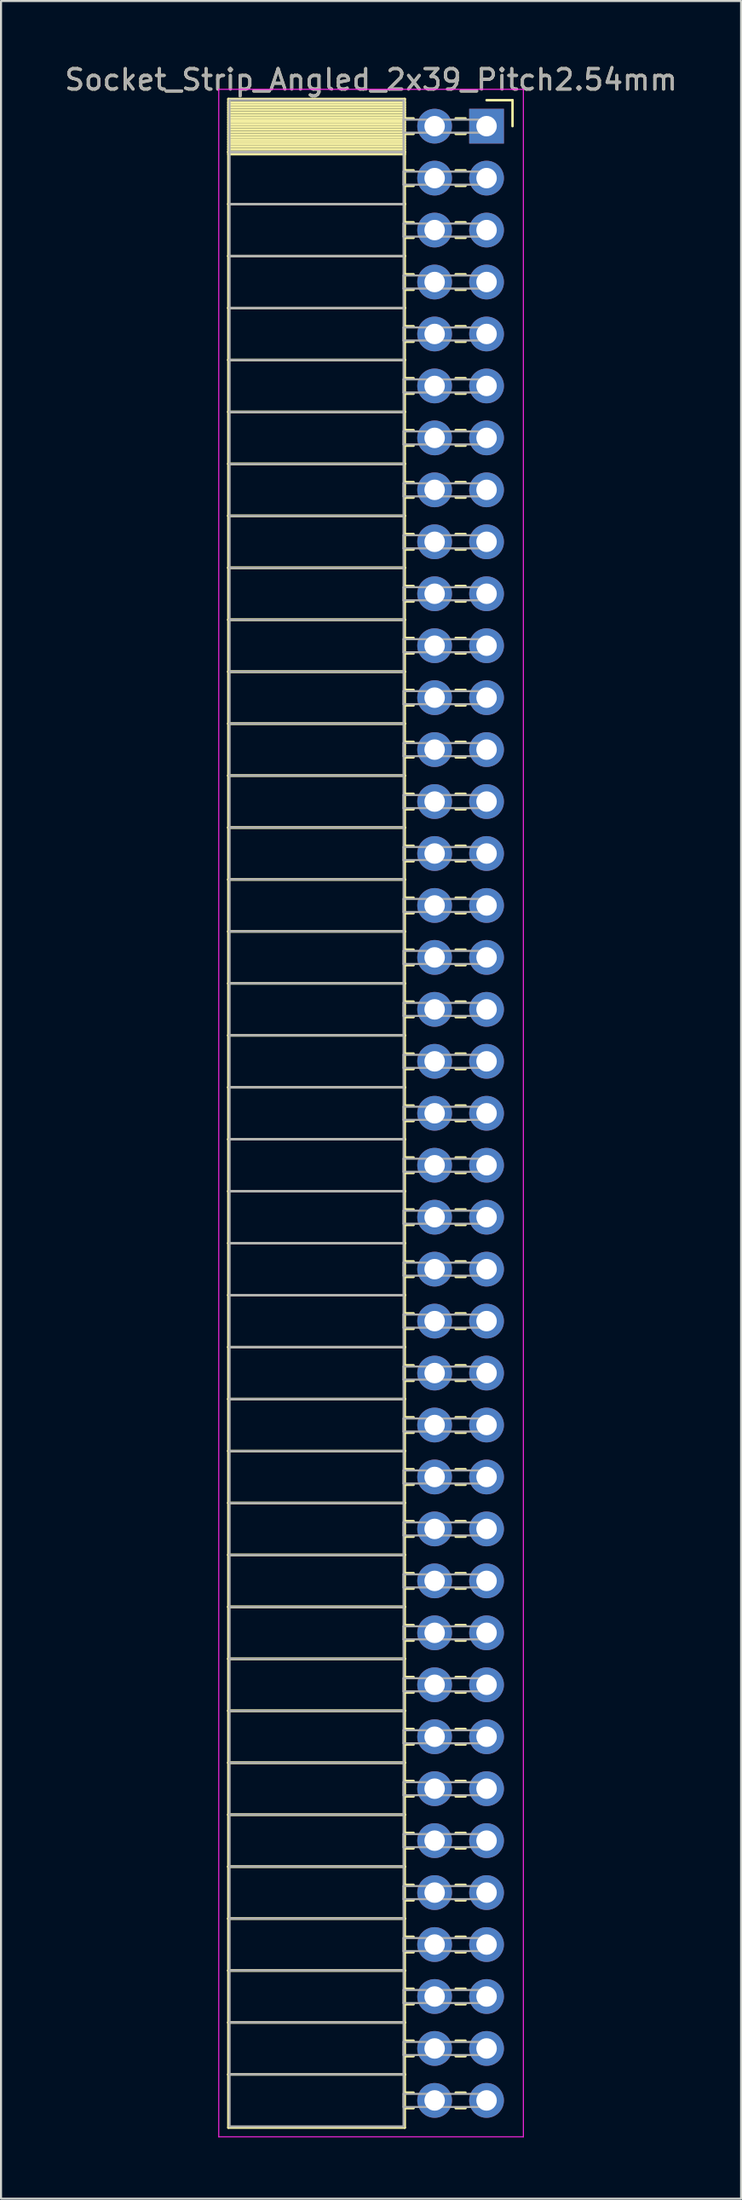
<source format=kicad_pcb>
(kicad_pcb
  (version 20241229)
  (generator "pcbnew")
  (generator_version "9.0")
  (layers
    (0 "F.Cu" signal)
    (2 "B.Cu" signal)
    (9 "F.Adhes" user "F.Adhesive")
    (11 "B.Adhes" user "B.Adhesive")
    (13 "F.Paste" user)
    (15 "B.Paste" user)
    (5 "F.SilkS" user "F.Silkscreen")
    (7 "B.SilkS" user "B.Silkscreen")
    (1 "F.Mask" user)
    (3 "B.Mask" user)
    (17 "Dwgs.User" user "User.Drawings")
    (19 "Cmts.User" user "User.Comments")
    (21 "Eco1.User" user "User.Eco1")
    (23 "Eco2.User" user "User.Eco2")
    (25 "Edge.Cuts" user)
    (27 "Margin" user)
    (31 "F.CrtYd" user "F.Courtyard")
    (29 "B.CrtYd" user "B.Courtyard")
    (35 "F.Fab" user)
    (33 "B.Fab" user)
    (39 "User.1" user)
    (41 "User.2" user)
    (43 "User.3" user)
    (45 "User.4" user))
  (footprint "Socket_Strip_Angled_2x39_Pitch2.54mm"
    (layer "F.Cu")
    (at 20.751 3.118)
    (property "Reference" "Socket_Strip_Angled_2x39_Pitch2.54mm" (at -5.65 -2.27 0) (layer "F.SilkS") (effects (font (size 1 1) (thickness 0.15))))
    (attr through_hole)
    (fp_line (start -12.63 -1.33) (end -4 -1.33) (stroke (width 0.12) (type solid)) (layer "F.SilkS"))
    (fp_line (start -12.63 1.27) (end -12.63 -1.33) (stroke (width 0.12) (type solid)) (layer "F.SilkS"))
    (fp_line (start -12.63 1.27) (end -4 1.27) (stroke (width 0.12) (type solid)) (layer "F.SilkS"))
    (fp_line (start -12.63 3.81) (end -12.63 1.27) (stroke (width 0.12) (type solid)) (layer "F.SilkS"))
    (fp_line (start -12.63 3.81) (end -4 3.81) (stroke (width 0.12) (type solid)) (layer "F.SilkS"))
    (fp_line (start -12.63 6.35) (end -12.63 3.81) (stroke (width 0.12) (type solid)) (layer "F.SilkS"))
    (fp_line (start -12.63 6.35) (end -4 6.35) (stroke (width 0.12) (type solid)) (layer "F.SilkS"))
    (fp_line (start -12.63 8.89) (end -12.63 6.35) (stroke (width 0.12) (type solid)) (layer "F.SilkS"))
    (fp_line (start -12.63 8.89) (end -4 8.89) (stroke (width 0.12) (type solid)) (layer "F.SilkS"))
    (fp_line (start -12.63 11.43) (end -12.63 8.89) (stroke (width 0.12) (type solid)) (layer "F.SilkS"))
    (fp_line (start -12.63 11.43) (end -4 11.43) (stroke (width 0.12) (type solid)) (layer "F.SilkS"))
    (fp_line (start -12.63 13.97) (end -12.63 11.43) (stroke (width 0.12) (type solid)) (layer "F.SilkS"))
    (fp_line (start -12.63 13.97) (end -4 13.97) (stroke (width 0.12) (type solid)) (layer "F.SilkS"))
    (fp_line (start -12.63 16.51) (end -12.63 13.97) (stroke (width 0.12) (type solid)) (layer "F.SilkS"))
    (fp_line (start -12.63 16.51) (end -4 16.51) (stroke (width 0.12) (type solid)) (layer "F.SilkS"))
    (fp_line (start -12.63 19.05) (end -12.63 16.51) (stroke (width 0.12) (type solid)) (layer "F.SilkS"))
    (fp_line (start -12.63 19.05) (end -4 19.05) (stroke (width 0.12) (type solid)) (layer "F.SilkS"))
    (fp_line (start -12.63 21.59) (end -12.63 19.05) (stroke (width 0.12) (type solid)) (layer "F.SilkS"))
    (fp_line (start -12.63 21.59) (end -4 21.59) (stroke (width 0.12) (type solid)) (layer "F.SilkS"))
    (fp_line (start -12.63 24.13) (end -12.63 21.59) (stroke (width 0.12) (type solid)) (layer "F.SilkS"))
    (fp_line (start -12.63 24.13) (end -4 24.13) (stroke (width 0.12) (type solid)) (layer "F.SilkS"))
    (fp_line (start -12.63 26.67) (end -12.63 24.13) (stroke (width 0.12) (type solid)) (layer "F.SilkS"))
    (fp_line (start -12.63 26.67) (end -4 26.67) (stroke (width 0.12) (type solid)) (layer "F.SilkS"))
    (fp_line (start -12.63 29.21) (end -12.63 26.67) (stroke (width 0.12) (type solid)) (layer "F.SilkS"))
    (fp_line (start -12.63 29.21) (end -4 29.21) (stroke (width 0.12) (type solid)) (layer "F.SilkS"))
    (fp_line (start -12.63 31.75) (end -12.63 29.21) (stroke (width 0.12) (type solid)) (layer "F.SilkS"))
    (fp_line (start -12.63 31.75) (end -4 31.75) (stroke (width 0.12) (type solid)) (layer "F.SilkS"))
    (fp_line (start -12.63 34.29) (end -12.63 31.75) (stroke (width 0.12) (type solid)) (layer "F.SilkS"))
    (fp_line (start -12.63 34.29) (end -4 34.29) (stroke (width 0.12) (type solid)) (layer "F.SilkS"))
    (fp_line (start -12.63 36.83) (end -12.63 34.29) (stroke (width 0.12) (type solid)) (layer "F.SilkS"))
    (fp_line (start -12.63 36.83) (end -4 36.83) (stroke (width 0.12) (type solid)) (layer "F.SilkS"))
    (fp_line (start -12.63 39.37) (end -12.63 36.83) (stroke (width 0.12) (type solid)) (layer "F.SilkS"))
    (fp_line (start -12.63 39.37) (end -4 39.37) (stroke (width 0.12) (type solid)) (layer "F.SilkS"))
    (fp_line (start -12.63 41.91) (end -12.63 39.37) (stroke (width 0.12) (type solid)) (layer "F.SilkS"))
    (fp_line (start -12.63 41.91) (end -4 41.91) (stroke (width 0.12) (type solid)) (layer "F.SilkS"))
    (fp_line (start -12.63 44.45) (end -12.63 41.91) (stroke (width 0.12) (type solid)) (layer "F.SilkS"))
    (fp_line (start -12.63 44.45) (end -4 44.45) (stroke (width 0.12) (type solid)) (layer "F.SilkS"))
    (fp_line (start -12.63 46.99) (end -12.63 44.45) (stroke (width 0.12) (type solid)) (layer "F.SilkS"))
    (fp_line (start -12.63 46.99) (end -4 46.99) (stroke (width 0.12) (type solid)) (layer "F.SilkS"))
    (fp_line (start -12.63 49.53) (end -12.63 46.99) (stroke (width 0.12) (type solid)) (layer "F.SilkS"))
    (fp_line (start -12.63 49.53) (end -4 49.53) (stroke (width 0.12) (type solid)) (layer "F.SilkS"))
    (fp_line (start -12.63 52.07) (end -12.63 49.53) (stroke (width 0.12) (type solid)) (layer "F.SilkS"))
    (fp_line (start -12.63 52.07) (end -4 52.07) (stroke (width 0.12) (type solid)) (layer "F.SilkS"))
    (fp_line (start -12.63 54.61) (end -12.63 52.07) (stroke (width 0.12) (type solid)) (layer "F.SilkS"))
    (fp_line (start -12.63 54.61) (end -4 54.61) (stroke (width 0.12) (type solid)) (layer "F.SilkS"))
    (fp_line (start -12.63 57.15) (end -12.63 54.61) (stroke (width 0.12) (type solid)) (layer "F.SilkS"))
    (fp_line (start -12.63 57.15) (end -4 57.15) (stroke (width 0.12) (type solid)) (layer "F.SilkS"))
    (fp_line (start -12.63 59.69) (end -12.63 57.15) (stroke (width 0.12) (type solid)) (layer "F.SilkS"))
    (fp_line (start -12.63 59.69) (end -4 59.69) (stroke (width 0.12) (type solid)) (layer "F.SilkS"))
    (fp_line (start -12.63 62.23) (end -12.63 59.69) (stroke (width 0.12) (type solid)) (layer "F.SilkS"))
    (fp_line (start -12.63 62.23) (end -4 62.23) (stroke (width 0.12) (type solid)) (layer "F.SilkS"))
    (fp_line (start -12.63 64.77) (end -12.63 62.23) (stroke (width 0.12) (type solid)) (layer "F.SilkS"))
    (fp_line (start -12.63 64.77) (end -4 64.77) (stroke (width 0.12) (type solid)) (layer "F.SilkS"))
    (fp_line (start -12.63 67.31) (end -12.63 64.77) (stroke (width 0.12) (type solid)) (layer "F.SilkS"))
    (fp_line (start -12.63 67.31) (end -4 67.31) (stroke (width 0.12) (type solid)) (layer "F.SilkS"))
    (fp_line (start -12.63 69.85) (end -12.63 67.31) (stroke (width 0.12) (type solid)) (layer "F.SilkS"))
    (fp_line (start -12.63 69.85) (end -4 69.85) (stroke (width 0.12) (type solid)) (layer "F.SilkS"))
    (fp_line (start -12.63 72.39) (end -12.63 69.85) (stroke (width 0.12) (type solid)) (layer "F.SilkS"))
    (fp_line (start -12.63 72.39) (end -4 72.39) (stroke (width 0.12) (type solid)) (layer "F.SilkS"))
    (fp_line (start -12.63 74.93) (end -12.63 72.39) (stroke (width 0.12) (type solid)) (layer "F.SilkS"))
    (fp_line (start -12.63 74.93) (end -4 74.93) (stroke (width 0.12) (type solid)) (layer "F.SilkS"))
    (fp_line (start -12.63 77.47) (end -12.63 74.93) (stroke (width 0.12) (type solid)) (layer "F.SilkS"))
    (fp_line (start -12.63 77.47) (end -4 77.47) (stroke (width 0.12) (type solid)) (layer "F.SilkS"))
    (fp_line (start -12.63 80.01) (end -12.63 77.47) (stroke (width 0.12) (type solid)) (layer "F.SilkS"))
    (fp_line (start -12.63 80.01) (end -4 80.01) (stroke (width 0.12) (type solid)) (layer "F.SilkS"))
    (fp_line (start -12.63 82.55) (end -12.63 80.01) (stroke (width 0.12) (type solid)) (layer "F.SilkS"))
    (fp_line (start -12.63 82.55) (end -4 82.55) (stroke (width 0.12) (type solid)) (layer "F.SilkS"))
    (fp_line (start -12.63 85.09) (end -12.63 82.55) (stroke (width 0.12) (type solid)) (layer "F.SilkS"))
    (fp_line (start -12.63 85.09) (end -4 85.09) (stroke (width 0.12) (type solid)) (layer "F.SilkS"))
    (fp_line (start -12.63 87.63) (end -12.63 85.09) (stroke (width 0.12) (type solid)) (layer "F.SilkS"))
    (fp_line (start -12.63 87.63) (end -4 87.63) (stroke (width 0.12) (type solid)) (layer "F.SilkS"))
    (fp_line (start -12.63 90.17) (end -12.63 87.63) (stroke (width 0.12) (type solid)) (layer "F.SilkS"))
    (fp_line (start -12.63 90.17) (end -4 90.17) (stroke (width 0.12) (type solid)) (layer "F.SilkS"))
    (fp_line (start -12.63 92.71) (end -12.63 90.17) (stroke (width 0.12) (type solid)) (layer "F.SilkS"))
    (fp_line (start -12.63 92.71) (end -4 92.71) (stroke (width 0.12) (type solid)) (layer "F.SilkS"))
    (fp_line (start -12.63 95.25) (end -12.63 92.71) (stroke (width 0.12) (type solid)) (layer "F.SilkS"))
    (fp_line (start -12.63 95.25) (end -4 95.25) (stroke (width 0.12) (type solid)) (layer "F.SilkS"))
    (fp_line (start -12.63 97.85) (end -12.63 95.25) (stroke (width 0.12) (type solid)) (layer "F.SilkS"))
    (fp_line (start -4 -1.33) (end -4 1.27) (stroke (width 0.12) (type solid)) (layer "F.SilkS"))
    (fp_line (start -4 -1.15) (end -12.63 -1.15) (stroke (width 0.12) (type solid)) (layer "F.SilkS"))
    (fp_line (start -4 -1.03) (end -12.63 -1.03) (stroke (width 0.12) (type solid)) (layer "F.SilkS"))
    (fp_line (start -4 -0.91) (end -12.63 -0.91) (stroke (width 0.12) (type solid)) (layer "F.SilkS"))
    (fp_line (start -4 -0.79) (end -12.63 -0.79) (stroke (width 0.12) (type solid)) (layer "F.SilkS"))
    (fp_line (start -4 -0.67) (end -12.63 -0.67) (stroke (width 0.12) (type solid)) (layer "F.SilkS"))
    (fp_line (start -4 -0.55) (end -12.63 -0.55) (stroke (width 0.12) (type solid)) (layer "F.SilkS"))
    (fp_line (start -4 -0.43) (end -12.63 -0.43) (stroke (width 0.12) (type solid)) (layer "F.SilkS"))
    (fp_line (start -4 -0.31) (end -12.63 -0.31) (stroke (width 0.12) (type solid)) (layer "F.SilkS"))
    (fp_line (start -4 -0.19) (end -12.63 -0.19) (stroke (width 0.12) (type solid)) (layer "F.SilkS"))
    (fp_line (start -4 -0.07) (end -12.63 -0.07) (stroke (width 0.12) (type solid)) (layer "F.SilkS"))
    (fp_line (start -4 0.05) (end -12.63 0.05) (stroke (width 0.12) (type solid)) (layer "F.SilkS"))
    (fp_line (start -4 0.17) (end -12.63 0.17) (stroke (width 0.12) (type solid)) (layer "F.SilkS"))
    (fp_line (start -4 0.29) (end -12.63 0.29) (stroke (width 0.12) (type solid)) (layer "F.SilkS"))
    (fp_line (start -4 0.41) (end -12.63 0.41) (stroke (width 0.12) (type solid)) (layer "F.SilkS"))
    (fp_line (start -4 0.53) (end -12.63 0.53) (stroke (width 0.12) (type solid)) (layer "F.SilkS"))
    (fp_line (start -4 0.65) (end -12.63 0.65) (stroke (width 0.12) (type solid)) (layer "F.SilkS"))
    (fp_line (start -4 0.77) (end -12.63 0.77) (stroke (width 0.12) (type solid)) (layer "F.SilkS"))
    (fp_line (start -4 0.89) (end -12.63 0.89) (stroke (width 0.12) (type solid)) (layer "F.SilkS"))
    (fp_line (start -4 1.01) (end -12.63 1.01) (stroke (width 0.12) (type solid)) (layer "F.SilkS"))
    (fp_line (start -4 1.13) (end -12.63 1.13) (stroke (width 0.12) (type solid)) (layer "F.SilkS"))
    (fp_line (start -4 1.25) (end -12.63 1.25) (stroke (width 0.12) (type solid)) (layer "F.SilkS"))
    (fp_line (start -4 1.27) (end -12.63 1.27) (stroke (width 0.12) (type solid)) (layer "F.SilkS"))
    (fp_line (start -4 1.27) (end -4 3.81) (stroke (width 0.12) (type solid)) (layer "F.SilkS"))
    (fp_line (start -4 1.37) (end -12.63 1.37) (stroke (width 0.12) (type solid)) (layer "F.SilkS"))
    (fp_line (start -4 3.81) (end -12.63 3.81) (stroke (width 0.12) (type solid)) (layer "F.SilkS"))
    (fp_line (start -4 3.81) (end -4 6.35) (stroke (width 0.12) (type solid)) (layer "F.SilkS"))
    (fp_line (start -4 6.35) (end -12.63 6.35) (stroke (width 0.12) (type solid)) (layer "F.SilkS"))
    (fp_line (start -4 6.35) (end -4 8.89) (stroke (width 0.12) (type solid)) (layer "F.SilkS"))
    (fp_line (start -4 8.89) (end -12.63 8.89) (stroke (width 0.12) (type solid)) (layer "F.SilkS"))
    (fp_line (start -4 8.89) (end -4 11.43) (stroke (width 0.12) (type solid)) (layer "F.SilkS"))
    (fp_line (start -4 11.43) (end -12.63 11.43) (stroke (width 0.12) (type solid)) (layer "F.SilkS"))
    (fp_line (start -4 11.43) (end -4 13.97) (stroke (width 0.12) (type solid)) (layer "F.SilkS"))
    (fp_line (start -4 13.97) (end -12.63 13.97) (stroke (width 0.12) (type solid)) (layer "F.SilkS"))
    (fp_line (start -4 13.97) (end -4 16.51) (stroke (width 0.12) (type solid)) (layer "F.SilkS"))
    (fp_line (start -4 16.51) (end -12.63 16.51) (stroke (width 0.12) (type solid)) (layer "F.SilkS"))
    (fp_line (start -4 16.51) (end -4 19.05) (stroke (width 0.12) (type solid)) (layer "F.SilkS"))
    (fp_line (start -4 19.05) (end -12.63 19.05) (stroke (width 0.12) (type solid)) (layer "F.SilkS"))
    (fp_line (start -4 19.05) (end -4 21.59) (stroke (width 0.12) (type solid)) (layer "F.SilkS"))
    (fp_line (start -4 21.59) (end -12.63 21.59) (stroke (width 0.12) (type solid)) (layer "F.SilkS"))
    (fp_line (start -4 21.59) (end -4 24.13) (stroke (width 0.12) (type solid)) (layer "F.SilkS"))
    (fp_line (start -4 24.13) (end -12.63 24.13) (stroke (width 0.12) (type solid)) (layer "F.SilkS"))
    (fp_line (start -4 24.13) (end -4 26.67) (stroke (width 0.12) (type solid)) (layer "F.SilkS"))
    (fp_line (start -4 26.67) (end -12.63 26.67) (stroke (width 0.12) (type solid)) (layer "F.SilkS"))
    (fp_line (start -4 26.67) (end -4 29.21) (stroke (width 0.12) (type solid)) (layer "F.SilkS"))
    (fp_line (start -4 29.21) (end -12.63 29.21) (stroke (width 0.12) (type solid)) (layer "F.SilkS"))
    (fp_line (start -4 29.21) (end -4 31.75) (stroke (width 0.12) (type solid)) (layer "F.SilkS"))
    (fp_line (start -4 31.75) (end -12.63 31.75) (stroke (width 0.12) (type solid)) (layer "F.SilkS"))
    (fp_line (start -4 31.75) (end -4 34.29) (stroke (width 0.12) (type solid)) (layer "F.SilkS"))
    (fp_line (start -4 34.29) (end -12.63 34.29) (stroke (width 0.12) (type solid)) (layer "F.SilkS"))
    (fp_line (start -4 34.29) (end -4 36.83) (stroke (width 0.12) (type solid)) (layer "F.SilkS"))
    (fp_line (start -4 36.83) (end -12.63 36.83) (stroke (width 0.12) (type solid)) (layer "F.SilkS"))
    (fp_line (start -4 36.83) (end -4 39.37) (stroke (width 0.12) (type solid)) (layer "F.SilkS"))
    (fp_line (start -4 39.37) (end -12.63 39.37) (stroke (width 0.12) (type solid)) (layer "F.SilkS"))
    (fp_line (start -4 39.37) (end -4 41.91) (stroke (width 0.12) (type solid)) (layer "F.SilkS"))
    (fp_line (start -4 41.91) (end -12.63 41.91) (stroke (width 0.12) (type solid)) (layer "F.SilkS"))
    (fp_line (start -4 41.91) (end -4 44.45) (stroke (width 0.12) (type solid)) (layer "F.SilkS"))
    (fp_line (start -4 44.45) (end -12.63 44.45) (stroke (width 0.12) (type solid)) (layer "F.SilkS"))
    (fp_line (start -4 44.45) (end -4 46.99) (stroke (width 0.12) (type solid)) (layer "F.SilkS"))
    (fp_line (start -4 46.99) (end -12.63 46.99) (stroke (width 0.12) (type solid)) (layer "F.SilkS"))
    (fp_line (start -4 46.99) (end -4 49.53) (stroke (width 0.12) (type solid)) (layer "F.SilkS"))
    (fp_line (start -4 49.53) (end -12.63 49.53) (stroke (width 0.12) (type solid)) (layer "F.SilkS"))
    (fp_line (start -4 49.53) (end -4 52.07) (stroke (width 0.12) (type solid)) (layer "F.SilkS"))
    (fp_line (start -4 52.07) (end -12.63 52.07) (stroke (width 0.12) (type solid)) (layer "F.SilkS"))
    (fp_line (start -4 52.07) (end -4 54.61) (stroke (width 0.12) (type solid)) (layer "F.SilkS"))
    (fp_line (start -4 54.61) (end -12.63 54.61) (stroke (width 0.12) (type solid)) (layer "F.SilkS"))
    (fp_line (start -4 54.61) (end -4 57.15) (stroke (width 0.12) (type solid)) (layer "F.SilkS"))
    (fp_line (start -4 57.15) (end -12.63 57.15) (stroke (width 0.12) (type solid)) (layer "F.SilkS"))
    (fp_line (start -4 57.15) (end -4 59.69) (stroke (width 0.12) (type solid)) (layer "F.SilkS"))
    (fp_line (start -4 59.69) (end -12.63 59.69) (stroke (width 0.12) (type solid)) (layer "F.SilkS"))
    (fp_line (start -4 59.69) (end -4 62.23) (stroke (width 0.12) (type solid)) (layer "F.SilkS"))
    (fp_line (start -4 62.23) (end -12.63 62.23) (stroke (width 0.12) (type solid)) (layer "F.SilkS"))
    (fp_line (start -4 62.23) (end -4 64.77) (stroke (width 0.12) (type solid)) (layer "F.SilkS"))
    (fp_line (start -4 64.77) (end -12.63 64.77) (stroke (width 0.12) (type solid)) (layer "F.SilkS"))
    (fp_line (start -4 64.77) (end -4 67.31) (stroke (width 0.12) (type solid)) (layer "F.SilkS"))
    (fp_line (start -4 67.31) (end -12.63 67.31) (stroke (width 0.12) (type solid)) (layer "F.SilkS"))
    (fp_line (start -4 67.31) (end -4 69.85) (stroke (width 0.12) (type solid)) (layer "F.SilkS"))
    (fp_line (start -4 69.85) (end -12.63 69.85) (stroke (width 0.12) (type solid)) (layer "F.SilkS"))
    (fp_line (start -4 69.85) (end -4 72.39) (stroke (width 0.12) (type solid)) (layer "F.SilkS"))
    (fp_line (start -4 72.39) (end -12.63 72.39) (stroke (width 0.12) (type solid)) (layer "F.SilkS"))
    (fp_line (start -4 72.39) (end -4 74.93) (stroke (width 0.12) (type solid)) (layer "F.SilkS"))
    (fp_line (start -4 74.93) (end -12.63 74.93) (stroke (width 0.12) (type solid)) (layer "F.SilkS"))
    (fp_line (start -4 74.93) (end -4 77.47) (stroke (width 0.12) (type solid)) (layer "F.SilkS"))
    (fp_line (start -4 77.47) (end -12.63 77.47) (stroke (width 0.12) (type solid)) (layer "F.SilkS"))
    (fp_line (start -4 77.47) (end -4 80.01) (stroke (width 0.12) (type solid)) (layer "F.SilkS"))
    (fp_line (start -4 80.01) (end -12.63 80.01) (stroke (width 0.12) (type solid)) (layer "F.SilkS"))
    (fp_line (start -4 80.01) (end -4 82.55) (stroke (width 0.12) (type solid)) (layer "F.SilkS"))
    (fp_line (start -4 82.55) (end -12.63 82.55) (stroke (width 0.12) (type solid)) (layer "F.SilkS"))
    (fp_line (start -4 82.55) (end -4 85.09) (stroke (width 0.12) (type solid)) (layer "F.SilkS"))
    (fp_line (start -4 85.09) (end -12.63 85.09) (stroke (width 0.12) (type solid)) (layer "F.SilkS"))
    (fp_line (start -4 85.09) (end -4 87.63) (stroke (width 0.12) (type solid)) (layer "F.SilkS"))
    (fp_line (start -4 87.63) (end -12.63 87.63) (stroke (width 0.12) (type solid)) (layer "F.SilkS"))
    (fp_line (start -4 87.63) (end -4 90.17) (stroke (width 0.12) (type solid)) (layer "F.SilkS"))
    (fp_line (start -4 90.17) (end -12.63 90.17) (stroke (width 0.12) (type solid)) (layer "F.SilkS"))
    (fp_line (start -4 90.17) (end -4 92.71) (stroke (width 0.12) (type solid)) (layer "F.SilkS"))
    (fp_line (start -4 92.71) (end -12.63 92.71) (stroke (width 0.12) (type solid)) (layer "F.SilkS"))
    (fp_line (start -4 92.71) (end -4 95.25) (stroke (width 0.12) (type solid)) (layer "F.SilkS"))
    (fp_line (start -4 95.25) (end -12.63 95.25) (stroke (width 0.12) (type solid)) (layer "F.SilkS"))
    (fp_line (start -4 95.25) (end -4 97.85) (stroke (width 0.12) (type solid)) (layer "F.SilkS"))
    (fp_line (start -4 97.85) (end -12.63 97.85) (stroke (width 0.12) (type solid)) (layer "F.SilkS"))
    (fp_line (start -3.57 -0.38) (end -4 -0.38) (stroke (width 0.12) (type solid)) (layer "F.SilkS"))
    (fp_line (start -3.57 0.38) (end -4 0.38) (stroke (width 0.12) (type solid)) (layer "F.SilkS"))
    (fp_line (start -3.57 2.16) (end -4 2.16) (stroke (width 0.12) (type solid)) (layer "F.SilkS"))
    (fp_line (start -3.57 2.92) (end -4 2.92) (stroke (width 0.12) (type solid)) (layer "F.SilkS"))
    (fp_line (start -3.57 4.7) (end -4 4.7) (stroke (width 0.12) (type solid)) (layer "F.SilkS"))
    (fp_line (start -3.57 5.46) (end -4 5.46) (stroke (width 0.12) (type solid)) (layer "F.SilkS"))
    (fp_line (start -3.57 7.24) (end -4 7.24) (stroke (width 0.12) (type solid)) (layer "F.SilkS"))
    (fp_line (start -3.57 8) (end -4 8) (stroke (width 0.12) (type solid)) (layer "F.SilkS"))
    (fp_line (start -3.57 9.78) (end -4 9.78) (stroke (width 0.12) (type solid)) (layer "F.SilkS"))
    (fp_line (start -3.57 10.54) (end -4 10.54) (stroke (width 0.12) (type solid)) (layer "F.SilkS"))
    (fp_line (start -3.57 12.32) (end -4 12.32) (stroke (width 0.12) (type solid)) (layer "F.SilkS"))
    (fp_line (start -3.57 13.08) (end -4 13.08) (stroke (width 0.12) (type solid)) (layer "F.SilkS"))
    (fp_line (start -3.57 14.86) (end -4 14.86) (stroke (width 0.12) (type solid)) (layer "F.SilkS"))
    (fp_line (start -3.57 15.62) (end -4 15.62) (stroke (width 0.12) (type solid)) (layer "F.SilkS"))
    (fp_line (start -3.57 17.4) (end -4 17.4) (stroke (width 0.12) (type solid)) (layer "F.SilkS"))
    (fp_line (start -3.57 18.16) (end -4 18.16) (stroke (width 0.12) (type solid)) (layer "F.SilkS"))
    (fp_line (start -3.57 19.94) (end -4 19.94) (stroke (width 0.12) (type solid)) (layer "F.SilkS"))
    (fp_line (start -3.57 20.7) (end -4 20.7) (stroke (width 0.12) (type solid)) (layer "F.SilkS"))
    (fp_line (start -3.57 22.48) (end -4 22.48) (stroke (width 0.12) (type solid)) (layer "F.SilkS"))
    (fp_line (start -3.57 23.24) (end -4 23.24) (stroke (width 0.12) (type solid)) (layer "F.SilkS"))
    (fp_line (start -3.57 25.02) (end -4 25.02) (stroke (width 0.12) (type solid)) (layer "F.SilkS"))
    (fp_line (start -3.57 25.78) (end -4 25.78) (stroke (width 0.12) (type solid)) (layer "F.SilkS"))
    (fp_line (start -3.57 27.56) (end -4 27.56) (stroke (width 0.12) (type solid)) (layer "F.SilkS"))
    (fp_line (start -3.57 28.32) (end -4 28.32) (stroke (width 0.12) (type solid)) (layer "F.SilkS"))
    (fp_line (start -3.57 30.1) (end -4 30.1) (stroke (width 0.12) (type solid)) (layer "F.SilkS"))
    (fp_line (start -3.57 30.86) (end -4 30.86) (stroke (width 0.12) (type solid)) (layer "F.SilkS"))
    (fp_line (start -3.57 32.64) (end -4 32.64) (stroke (width 0.12) (type solid)) (layer "F.SilkS"))
    (fp_line (start -3.57 33.4) (end -4 33.4) (stroke (width 0.12) (type solid)) (layer "F.SilkS"))
    (fp_line (start -3.57 35.18) (end -4 35.18) (stroke (width 0.12) (type solid)) (layer "F.SilkS"))
    (fp_line (start -3.57 35.94) (end -4 35.94) (stroke (width 0.12) (type solid)) (layer "F.SilkS"))
    (fp_line (start -3.57 37.72) (end -4 37.72) (stroke (width 0.12) (type solid)) (layer "F.SilkS"))
    (fp_line (start -3.57 38.48) (end -4 38.48) (stroke (width 0.12) (type solid)) (layer "F.SilkS"))
    (fp_line (start -3.57 40.26) (end -4 40.26) (stroke (width 0.12) (type solid)) (layer "F.SilkS"))
    (fp_line (start -3.57 41.02) (end -4 41.02) (stroke (width 0.12) (type solid)) (layer "F.SilkS"))
    (fp_line (start -3.57 42.8) (end -4 42.8) (stroke (width 0.12) (type solid)) (layer "F.SilkS"))
    (fp_line (start -3.57 43.56) (end -4 43.56) (stroke (width 0.12) (type solid)) (layer "F.SilkS"))
    (fp_line (start -3.57 45.34) (end -4 45.34) (stroke (width 0.12) (type solid)) (layer "F.SilkS"))
    (fp_line (start -3.57 46.1) (end -4 46.1) (stroke (width 0.12) (type solid)) (layer "F.SilkS"))
    (fp_line (start -3.57 47.88) (end -4 47.88) (stroke (width 0.12) (type solid)) (layer "F.SilkS"))
    (fp_line (start -3.57 48.64) (end -4 48.64) (stroke (width 0.12) (type solid)) (layer "F.SilkS"))
    (fp_line (start -3.57 50.42) (end -4 50.42) (stroke (width 0.12) (type solid)) (layer "F.SilkS"))
    (fp_line (start -3.57 51.18) (end -4 51.18) (stroke (width 0.12) (type solid)) (layer "F.SilkS"))
    (fp_line (start -3.57 52.96) (end -4 52.96) (stroke (width 0.12) (type solid)) (layer "F.SilkS"))
    (fp_line (start -3.57 53.72) (end -4 53.72) (stroke (width 0.12) (type solid)) (layer "F.SilkS"))
    (fp_line (start -3.57 55.5) (end -4 55.5) (stroke (width 0.12) (type solid)) (layer "F.SilkS"))
    (fp_line (start -3.57 56.26) (end -4 56.26) (stroke (width 0.12) (type solid)) (layer "F.SilkS"))
    (fp_line (start -3.57 58.04) (end -4 58.04) (stroke (width 0.12) (type solid)) (layer "F.SilkS"))
    (fp_line (start -3.57 58.8) (end -4 58.8) (stroke (width 0.12) (type solid)) (layer "F.SilkS"))
    (fp_line (start -3.57 60.58) (end -4 60.58) (stroke (width 0.12) (type solid)) (layer "F.SilkS"))
    (fp_line (start -3.57 61.34) (end -4 61.34) (stroke (width 0.12) (type solid)) (layer "F.SilkS"))
    (fp_line (start -3.57 63.12) (end -4 63.12) (stroke (width 0.12) (type solid)) (layer "F.SilkS"))
    (fp_line (start -3.57 63.88) (end -4 63.88) (stroke (width 0.12) (type solid)) (layer "F.SilkS"))
    (fp_line (start -3.57 65.66) (end -4 65.66) (stroke (width 0.12) (type solid)) (layer "F.SilkS"))
    (fp_line (start -3.57 66.42) (end -4 66.42) (stroke (width 0.12) (type solid)) (layer "F.SilkS"))
    (fp_line (start -3.57 68.2) (end -4 68.2) (stroke (width 0.12) (type solid)) (layer "F.SilkS"))
    (fp_line (start -3.57 68.96) (end -4 68.96) (stroke (width 0.12) (type solid)) (layer "F.SilkS"))
    (fp_line (start -3.57 70.74) (end -4 70.74) (stroke (width 0.12) (type solid)) (layer "F.SilkS"))
    (fp_line (start -3.57 71.5) (end -4 71.5) (stroke (width 0.12) (type solid)) (layer "F.SilkS"))
    (fp_line (start -3.57 73.28) (end -4 73.28) (stroke (width 0.12) (type solid)) (layer "F.SilkS"))
    (fp_line (start -3.57 74.04) (end -4 74.04) (stroke (width 0.12) (type solid)) (layer "F.SilkS"))
    (fp_line (start -3.57 75.82) (end -4 75.82) (stroke (width 0.12) (type solid)) (layer "F.SilkS"))
    (fp_line (start -3.57 76.58) (end -4 76.58) (stroke (width 0.12) (type solid)) (layer "F.SilkS"))
    (fp_line (start -3.57 78.36) (end -4 78.36) (stroke (width 0.12) (type solid)) (layer "F.SilkS"))
    (fp_line (start -3.57 79.12) (end -4 79.12) (stroke (width 0.12) (type solid)) (layer "F.SilkS"))
    (fp_line (start -3.57 80.9) (end -4 80.9) (stroke (width 0.12) (type solid)) (layer "F.SilkS"))
    (fp_line (start -3.57 81.66) (end -4 81.66) (stroke (width 0.12) (type solid)) (layer "F.SilkS"))
    (fp_line (start -3.57 83.44) (end -4 83.44) (stroke (width 0.12) (type solid)) (layer "F.SilkS"))
    (fp_line (start -3.57 84.2) (end -4 84.2) (stroke (width 0.12) (type solid)) (layer "F.SilkS"))
    (fp_line (start -3.57 85.98) (end -4 85.98) (stroke (width 0.12) (type solid)) (layer "F.SilkS"))
    (fp_line (start -3.57 86.74) (end -4 86.74) (stroke (width 0.12) (type solid)) (layer "F.SilkS"))
    (fp_line (start -3.57 88.52) (end -4 88.52) (stroke (width 0.12) (type solid)) (layer "F.SilkS"))
    (fp_line (start -3.57 89.28) (end -4 89.28) (stroke (width 0.12) (type solid)) (layer "F.SilkS"))
    (fp_line (start -3.57 91.06) (end -4 91.06) (stroke (width 0.12) (type solid)) (layer "F.SilkS"))
    (fp_line (start -3.57 91.82) (end -4 91.82) (stroke (width 0.12) (type solid)) (layer "F.SilkS"))
    (fp_line (start -3.57 93.6) (end -4 93.6) (stroke (width 0.12) (type solid)) (layer "F.SilkS"))
    (fp_line (start -3.57 94.36) (end -4 94.36) (stroke (width 0.12) (type solid)) (layer "F.SilkS"))
    (fp_line (start -3.57 96.14) (end -4 96.14) (stroke (width 0.12) (type solid)) (layer "F.SilkS"))
    (fp_line (start -3.57 96.9) (end -4 96.9) (stroke (width 0.12) (type solid)) (layer "F.SilkS"))
    (fp_line (start -1.03 -0.38) (end -1.51 -0.38) (stroke (width 0.12) (type solid)) (layer "F.SilkS"))
    (fp_line (start -1.03 0.38) (end -1.51 0.38) (stroke (width 0.12) (type solid)) (layer "F.SilkS"))
    (fp_line (start -1.03 2.16) (end -1.51 2.16) (stroke (width 0.12) (type solid)) (layer "F.SilkS"))
    (fp_line (start -1.03 2.92) (end -1.51 2.92) (stroke (width 0.12) (type solid)) (layer "F.SilkS"))
    (fp_line (start -1.03 4.7) (end -1.51 4.7) (stroke (width 0.12) (type solid)) (layer "F.SilkS"))
    (fp_line (start -1.03 5.46) (end -1.51 5.46) (stroke (width 0.12) (type solid)) (layer "F.SilkS"))
    (fp_line (start -1.03 7.24) (end -1.51 7.24) (stroke (width 0.12) (type solid)) (layer "F.SilkS"))
    (fp_line (start -1.03 8) (end -1.51 8) (stroke (width 0.12) (type solid)) (layer "F.SilkS"))
    (fp_line (start -1.03 9.78) (end -1.51 9.78) (stroke (width 0.12) (type solid)) (layer "F.SilkS"))
    (fp_line (start -1.03 10.54) (end -1.51 10.54) (stroke (width 0.12) (type solid)) (layer "F.SilkS"))
    (fp_line (start -1.03 12.32) (end -1.51 12.32) (stroke (width 0.12) (type solid)) (layer "F.SilkS"))
    (fp_line (start -1.03 13.08) (end -1.51 13.08) (stroke (width 0.12) (type solid)) (layer "F.SilkS"))
    (fp_line (start -1.03 14.86) (end -1.51 14.86) (stroke (width 0.12) (type solid)) (layer "F.SilkS"))
    (fp_line (start -1.03 15.62) (end -1.51 15.62) (stroke (width 0.12) (type solid)) (layer "F.SilkS"))
    (fp_line (start -1.03 17.4) (end -1.51 17.4) (stroke (width 0.12) (type solid)) (layer "F.SilkS"))
    (fp_line (start -1.03 18.16) (end -1.51 18.16) (stroke (width 0.12) (type solid)) (layer "F.SilkS"))
    (fp_line (start -1.03 19.94) (end -1.51 19.94) (stroke (width 0.12) (type solid)) (layer "F.SilkS"))
    (fp_line (start -1.03 20.7) (end -1.51 20.7) (stroke (width 0.12) (type solid)) (layer "F.SilkS"))
    (fp_line (start -1.03 22.48) (end -1.51 22.48) (stroke (width 0.12) (type solid)) (layer "F.SilkS"))
    (fp_line (start -1.03 23.24) (end -1.51 23.24) (stroke (width 0.12) (type solid)) (layer "F.SilkS"))
    (fp_line (start -1.03 25.02) (end -1.51 25.02) (stroke (width 0.12) (type solid)) (layer "F.SilkS"))
    (fp_line (start -1.03 25.78) (end -1.51 25.78) (stroke (width 0.12) (type solid)) (layer "F.SilkS"))
    (fp_line (start -1.03 27.56) (end -1.51 27.56) (stroke (width 0.12) (type solid)) (layer "F.SilkS"))
    (fp_line (start -1.03 28.32) (end -1.51 28.32) (stroke (width 0.12) (type solid)) (layer "F.SilkS"))
    (fp_line (start -1.03 30.1) (end -1.51 30.1) (stroke (width 0.12) (type solid)) (layer "F.SilkS"))
    (fp_line (start -1.03 30.86) (end -1.51 30.86) (stroke (width 0.12) (type solid)) (layer "F.SilkS"))
    (fp_line (start -1.03 32.64) (end -1.51 32.64) (stroke (width 0.12) (type solid)) (layer "F.SilkS"))
    (fp_line (start -1.03 33.4) (end -1.51 33.4) (stroke (width 0.12) (type solid)) (layer "F.SilkS"))
    (fp_line (start -1.03 35.18) (end -1.51 35.18) (stroke (width 0.12) (type solid)) (layer "F.SilkS"))
    (fp_line (start -1.03 35.94) (end -1.51 35.94) (stroke (width 0.12) (type solid)) (layer "F.SilkS"))
    (fp_line (start -1.03 37.72) (end -1.51 37.72) (stroke (width 0.12) (type solid)) (layer "F.SilkS"))
    (fp_line (start -1.03 38.48) (end -1.51 38.48) (stroke (width 0.12) (type solid)) (layer "F.SilkS"))
    (fp_line (start -1.03 40.26) (end -1.51 40.26) (stroke (width 0.12) (type solid)) (layer "F.SilkS"))
    (fp_line (start -1.03 41.02) (end -1.51 41.02) (stroke (width 0.12) (type solid)) (layer "F.SilkS"))
    (fp_line (start -1.03 42.8) (end -1.51 42.8) (stroke (width 0.12) (type solid)) (layer "F.SilkS"))
    (fp_line (start -1.03 43.56) (end -1.51 43.56) (stroke (width 0.12) (type solid)) (layer "F.SilkS"))
    (fp_line (start -1.03 45.34) (end -1.51 45.34) (stroke (width 0.12) (type solid)) (layer "F.SilkS"))
    (fp_line (start -1.03 46.1) (end -1.51 46.1) (stroke (width 0.12) (type solid)) (layer "F.SilkS"))
    (fp_line (start -1.03 47.88) (end -1.51 47.88) (stroke (width 0.12) (type solid)) (layer "F.SilkS"))
    (fp_line (start -1.03 48.64) (end -1.51 48.64) (stroke (width 0.12) (type solid)) (layer "F.SilkS"))
    (fp_line (start -1.03 50.42) (end -1.51 50.42) (stroke (width 0.12) (type solid)) (layer "F.SilkS"))
    (fp_line (start -1.03 51.18) (end -1.51 51.18) (stroke (width 0.12) (type solid)) (layer "F.SilkS"))
    (fp_line (start -1.03 52.96) (end -1.51 52.96) (stroke (width 0.12) (type solid)) (layer "F.SilkS"))
    (fp_line (start -1.03 53.72) (end -1.51 53.72) (stroke (width 0.12) (type solid)) (layer "F.SilkS"))
    (fp_line (start -1.03 55.5) (end -1.51 55.5) (stroke (width 0.12) (type solid)) (layer "F.SilkS"))
    (fp_line (start -1.03 56.26) (end -1.51 56.26) (stroke (width 0.12) (type solid)) (layer "F.SilkS"))
    (fp_line (start -1.03 58.04) (end -1.51 58.04) (stroke (width 0.12) (type solid)) (layer "F.SilkS"))
    (fp_line (start -1.03 58.8) (end -1.51 58.8) (stroke (width 0.12) (type solid)) (layer "F.SilkS"))
    (fp_line (start -1.03 60.58) (end -1.51 60.58) (stroke (width 0.12) (type solid)) (layer "F.SilkS"))
    (fp_line (start -1.03 61.34) (end -1.51 61.34) (stroke (width 0.12) (type solid)) (layer "F.SilkS"))
    (fp_line (start -1.03 63.12) (end -1.51 63.12) (stroke (width 0.12) (type solid)) (layer "F.SilkS"))
    (fp_line (start -1.03 63.88) (end -1.51 63.88) (stroke (width 0.12) (type solid)) (layer "F.SilkS"))
    (fp_line (start -1.03 65.66) (end -1.51 65.66) (stroke (width 0.12) (type solid)) (layer "F.SilkS"))
    (fp_line (start -1.03 66.42) (end -1.51 66.42) (stroke (width 0.12) (type solid)) (layer "F.SilkS"))
    (fp_line (start -1.03 68.2) (end -1.51 68.2) (stroke (width 0.12) (type solid)) (layer "F.SilkS"))
    (fp_line (start -1.03 68.96) (end -1.51 68.96) (stroke (width 0.12) (type solid)) (layer "F.SilkS"))
    (fp_line (start -1.03 70.74) (end -1.51 70.74) (stroke (width 0.12) (type solid)) (layer "F.SilkS"))
    (fp_line (start -1.03 71.5) (end -1.51 71.5) (stroke (width 0.12) (type solid)) (layer "F.SilkS"))
    (fp_line (start -1.03 73.28) (end -1.51 73.28) (stroke (width 0.12) (type solid)) (layer "F.SilkS"))
    (fp_line (start -1.03 74.04) (end -1.51 74.04) (stroke (width 0.12) (type solid)) (layer "F.SilkS"))
    (fp_line (start -1.03 75.82) (end -1.51 75.82) (stroke (width 0.12) (type solid)) (layer "F.SilkS"))
    (fp_line (start -1.03 76.58) (end -1.51 76.58) (stroke (width 0.12) (type solid)) (layer "F.SilkS"))
    (fp_line (start -1.03 78.36) (end -1.51 78.36) (stroke (width 0.12) (type solid)) (layer "F.SilkS"))
    (fp_line (start -1.03 79.12) (end -1.51 79.12) (stroke (width 0.12) (type solid)) (layer "F.SilkS"))
    (fp_line (start -1.03 80.9) (end -1.51 80.9) (stroke (width 0.12) (type solid)) (layer "F.SilkS"))
    (fp_line (start -1.03 81.66) (end -1.51 81.66) (stroke (width 0.12) (type solid)) (layer "F.SilkS"))
    (fp_line (start -1.03 83.44) (end -1.51 83.44) (stroke (width 0.12) (type solid)) (layer "F.SilkS"))
    (fp_line (start -1.03 84.2) (end -1.51 84.2) (stroke (width 0.12) (type solid)) (layer "F.SilkS"))
    (fp_line (start -1.03 85.98) (end -1.51 85.98) (stroke (width 0.12) (type solid)) (layer "F.SilkS"))
    (fp_line (start -1.03 86.74) (end -1.51 86.74) (stroke (width 0.12) (type solid)) (layer "F.SilkS"))
    (fp_line (start -1.03 88.52) (end -1.51 88.52) (stroke (width 0.12) (type solid)) (layer "F.SilkS"))
    (fp_line (start -1.03 89.28) (end -1.51 89.28) (stroke (width 0.12) (type solid)) (layer "F.SilkS"))
    (fp_line (start -1.03 91.06) (end -1.51 91.06) (stroke (width 0.12) (type solid)) (layer "F.SilkS"))
    (fp_line (start -1.03 91.82) (end -1.51 91.82) (stroke (width 0.12) (type solid)) (layer "F.SilkS"))
    (fp_line (start -1.03 93.6) (end -1.51 93.6) (stroke (width 0.12) (type solid)) (layer "F.SilkS"))
    (fp_line (start -1.03 94.36) (end -1.51 94.36) (stroke (width 0.12) (type solid)) (layer "F.SilkS"))
    (fp_line (start -1.03 96.14) (end -1.51 96.14) (stroke (width 0.12) (type solid)) (layer "F.SilkS"))
    (fp_line (start -1.03 96.9) (end -1.51 96.9) (stroke (width 0.12) (type solid)) (layer "F.SilkS"))
    (fp_line (start 0 -1.27) (end 1.27 -1.27) (stroke (width 0.12) (type solid)) (layer "F.SilkS"))
    (fp_line (start 1.27 -1.27) (end 1.27 0) (stroke (width 0.12) (type solid)) (layer "F.SilkS"))
    (fp_line (start -13.1 -1.8) (end 1.8 -1.8) (stroke (width 0.05) (type solid)) (layer "F.CrtYd"))
    (fp_line (start -13.1 98.3) (end -13.1 -1.8) (stroke (width 0.05) (type solid)) (layer "F.CrtYd"))
    (fp_line (start 1.8 -1.8) (end 1.8 98.3) (stroke (width 0.05) (type solid)) (layer "F.CrtYd"))
    (fp_line (start 1.8 98.3) (end -13.1 98.3) (stroke (width 0.05) (type solid)) (layer "F.CrtYd"))
    (fp_line (start -12.57 -1.27) (end -4.06 -1.27) (stroke (width 0.1) (type solid)) (layer "F.Fab"))
    (fp_line (start -12.57 1.27) (end -12.57 -1.27) (stroke (width 0.1) (type solid)) (layer "F.Fab"))
    (fp_line (start -12.57 1.27) (end -4.06 1.27) (stroke (width 0.1) (type solid)) (layer "F.Fab"))
    (fp_line (start -12.57 3.81) (end -12.57 1.27) (stroke (width 0.1) (type solid)) (layer "F.Fab"))
    (fp_line (start -12.57 3.81) (end -4.06 3.81) (stroke (width 0.1) (type solid)) (layer "F.Fab"))
    (fp_line (start -12.57 6.35) (end -12.57 3.81) (stroke (width 0.1) (type solid)) (layer "F.Fab"))
    (fp_line (start -12.57 6.35) (end -4.06 6.35) (stroke (width 0.1) (type solid)) (layer "F.Fab"))
    (fp_line (start -12.57 8.89) (end -12.57 6.35) (stroke (width 0.1) (type solid)) (layer "F.Fab"))
    (fp_line (start -12.57 8.89) (end -4.06 8.89) (stroke (width 0.1) (type solid)) (layer "F.Fab"))
    (fp_line (start -12.57 11.43) (end -12.57 8.89) (stroke (width 0.1) (type solid)) (layer "F.Fab"))
    (fp_line (start -12.57 11.43) (end -4.06 11.43) (stroke (width 0.1) (type solid)) (layer "F.Fab"))
    (fp_line (start -12.57 13.97) (end -12.57 11.43) (stroke (width 0.1) (type solid)) (layer "F.Fab"))
    (fp_line (start -12.57 13.97) (end -4.06 13.97) (stroke (width 0.1) (type solid)) (layer "F.Fab"))
    (fp_line (start -12.57 16.51) (end -12.57 13.97) (stroke (width 0.1) (type solid)) (layer "F.Fab"))
    (fp_line (start -12.57 16.51) (end -4.06 16.51) (stroke (width 0.1) (type solid)) (layer "F.Fab"))
    (fp_line (start -12.57 19.05) (end -12.57 16.51) (stroke (width 0.1) (type solid)) (layer "F.Fab"))
    (fp_line (start -12.57 19.05) (end -4.06 19.05) (stroke (width 0.1) (type solid)) (layer "F.Fab"))
    (fp_line (start -12.57 21.59) (end -12.57 19.05) (stroke (width 0.1) (type solid)) (layer "F.Fab"))
    (fp_line (start -12.57 21.59) (end -4.06 21.59) (stroke (width 0.1) (type solid)) (layer "F.Fab"))
    (fp_line (start -12.57 24.13) (end -12.57 21.59) (stroke (width 0.1) (type solid)) (layer "F.Fab"))
    (fp_line (start -12.57 24.13) (end -4.06 24.13) (stroke (width 0.1) (type solid)) (layer "F.Fab"))
    (fp_line (start -12.57 26.67) (end -12.57 24.13) (stroke (width 0.1) (type solid)) (layer "F.Fab"))
    (fp_line (start -12.57 26.67) (end -4.06 26.67) (stroke (width 0.1) (type solid)) (layer "F.Fab"))
    (fp_line (start -12.57 29.21) (end -12.57 26.67) (stroke (width 0.1) (type solid)) (layer "F.Fab"))
    (fp_line (start -12.57 29.21) (end -4.06 29.21) (stroke (width 0.1) (type solid)) (layer "F.Fab"))
    (fp_line (start -12.57 31.75) (end -12.57 29.21) (stroke (width 0.1) (type solid)) (layer "F.Fab"))
    (fp_line (start -12.57 31.75) (end -4.06 31.75) (stroke (width 0.1) (type solid)) (layer "F.Fab"))
    (fp_line (start -12.57 34.29) (end -12.57 31.75) (stroke (width 0.1) (type solid)) (layer "F.Fab"))
    (fp_line (start -12.57 34.29) (end -4.06 34.29) (stroke (width 0.1) (type solid)) (layer "F.Fab"))
    (fp_line (start -12.57 36.83) (end -12.57 34.29) (stroke (width 0.1) (type solid)) (layer "F.Fab"))
    (fp_line (start -12.57 36.83) (end -4.06 36.83) (stroke (width 0.1) (type solid)) (layer "F.Fab"))
    (fp_line (start -12.57 39.37) (end -12.57 36.83) (stroke (width 0.1) (type solid)) (layer "F.Fab"))
    (fp_line (start -12.57 39.37) (end -4.06 39.37) (stroke (width 0.1) (type solid)) (layer "F.Fab"))
    (fp_line (start -12.57 41.91) (end -12.57 39.37) (stroke (width 0.1) (type solid)) (layer "F.Fab"))
    (fp_line (start -12.57 41.91) (end -4.06 41.91) (stroke (width 0.1) (type solid)) (layer "F.Fab"))
    (fp_line (start -12.57 44.45) (end -12.57 41.91) (stroke (width 0.1) (type solid)) (layer "F.Fab"))
    (fp_line (start -12.57 44.45) (end -4.06 44.45) (stroke (width 0.1) (type solid)) (layer "F.Fab"))
    (fp_line (start -12.57 46.99) (end -12.57 44.45) (stroke (width 0.1) (type solid)) (layer "F.Fab"))
    (fp_line (start -12.57 46.99) (end -4.06 46.99) (stroke (width 0.1) (type solid)) (layer "F.Fab"))
    (fp_line (start -12.57 49.53) (end -12.57 46.99) (stroke (width 0.1) (type solid)) (layer "F.Fab"))
    (fp_line (start -12.57 49.53) (end -4.06 49.53) (stroke (width 0.1) (type solid)) (layer "F.Fab"))
    (fp_line (start -12.57 52.07) (end -12.57 49.53) (stroke (width 0.1) (type solid)) (layer "F.Fab"))
    (fp_line (start -12.57 52.07) (end -4.06 52.07) (stroke (width 0.1) (type solid)) (layer "F.Fab"))
    (fp_line (start -12.57 54.61) (end -12.57 52.07) (stroke (width 0.1) (type solid)) (layer "F.Fab"))
    (fp_line (start -12.57 54.61) (end -4.06 54.61) (stroke (width 0.1) (type solid)) (layer "F.Fab"))
    (fp_line (start -12.57 57.15) (end -12.57 54.61) (stroke (width 0.1) (type solid)) (layer "F.Fab"))
    (fp_line (start -12.57 57.15) (end -4.06 57.15) (stroke (width 0.1) (type solid)) (layer "F.Fab"))
    (fp_line (start -12.57 59.69) (end -12.57 57.15) (stroke (width 0.1) (type solid)) (layer "F.Fab"))
    (fp_line (start -12.57 59.69) (end -4.06 59.69) (stroke (width 0.1) (type solid)) (layer "F.Fab"))
    (fp_line (start -12.57 62.23) (end -12.57 59.69) (stroke (width 0.1) (type solid)) (layer "F.Fab"))
    (fp_line (start -12.57 62.23) (end -4.06 62.23) (stroke (width 0.1) (type solid)) (layer "F.Fab"))
    (fp_line (start -12.57 64.77) (end -12.57 62.23) (stroke (width 0.1) (type solid)) (layer "F.Fab"))
    (fp_line (start -12.57 64.77) (end -4.06 64.77) (stroke (width 0.1) (type solid)) (layer "F.Fab"))
    (fp_line (start -12.57 67.31) (end -12.57 64.77) (stroke (width 0.1) (type solid)) (layer "F.Fab"))
    (fp_line (start -12.57 67.31) (end -4.06 67.31) (stroke (width 0.1) (type solid)) (layer "F.Fab"))
    (fp_line (start -12.57 69.85) (end -12.57 67.31) (stroke (width 0.1) (type solid)) (layer "F.Fab"))
    (fp_line (start -12.57 69.85) (end -4.06 69.85) (stroke (width 0.1) (type solid)) (layer "F.Fab"))
    (fp_line (start -12.57 72.39) (end -12.57 69.85) (stroke (width 0.1) (type solid)) (layer "F.Fab"))
    (fp_line (start -12.57 72.39) (end -4.06 72.39) (stroke (width 0.1) (type solid)) (layer "F.Fab"))
    (fp_line (start -12.57 74.93) (end -12.57 72.39) (stroke (width 0.1) (type solid)) (layer "F.Fab"))
    (fp_line (start -12.57 74.93) (end -4.06 74.93) (stroke (width 0.1) (type solid)) (layer "F.Fab"))
    (fp_line (start -12.57 77.47) (end -12.57 74.93) (stroke (width 0.1) (type solid)) (layer "F.Fab"))
    (fp_line (start -12.57 77.47) (end -4.06 77.47) (stroke (width 0.1) (type solid)) (layer "F.Fab"))
    (fp_line (start -12.57 80.01) (end -12.57 77.47) (stroke (width 0.1) (type solid)) (layer "F.Fab"))
    (fp_line (start -12.57 80.01) (end -4.06 80.01) (stroke (width 0.1) (type solid)) (layer "F.Fab"))
    (fp_line (start -12.57 82.55) (end -12.57 80.01) (stroke (width 0.1) (type solid)) (layer "F.Fab"))
    (fp_line (start -12.57 82.55) (end -4.06 82.55) (stroke (width 0.1) (type solid)) (layer "F.Fab"))
    (fp_line (start -12.57 85.09) (end -12.57 82.55) (stroke (width 0.1) (type solid)) (layer "F.Fab"))
    (fp_line (start -12.57 85.09) (end -4.06 85.09) (stroke (width 0.1) (type solid)) (layer "F.Fab"))
    (fp_line (start -12.57 87.63) (end -12.57 85.09) (stroke (width 0.1) (type solid)) (layer "F.Fab"))
    (fp_line (start -12.57 87.63) (end -4.06 87.63) (stroke (width 0.1) (type solid)) (layer "F.Fab"))
    (fp_line (start -12.57 90.17) (end -12.57 87.63) (stroke (width 0.1) (type solid)) (layer "F.Fab"))
    (fp_line (start -12.57 90.17) (end -4.06 90.17) (stroke (width 0.1) (type solid)) (layer "F.Fab"))
    (fp_line (start -12.57 92.71) (end -12.57 90.17) (stroke (width 0.1) (type solid)) (layer "F.Fab"))
    (fp_line (start -12.57 92.71) (end -4.06 92.71) (stroke (width 0.1) (type solid)) (layer "F.Fab"))
    (fp_line (start -12.57 95.25) (end -12.57 92.71) (stroke (width 0.1) (type solid)) (layer "F.Fab"))
    (fp_line (start -12.57 95.25) (end -4.06 95.25) (stroke (width 0.1) (type solid)) (layer "F.Fab"))
    (fp_line (start -12.57 97.79) (end -12.57 95.25) (stroke (width 0.1) (type solid)) (layer "F.Fab"))
    (fp_line (start -4.06 -1.27) (end -4.06 1.27) (stroke (width 0.1) (type solid)) (layer "F.Fab"))
    (fp_line (start -4.06 -0.32) (end 0 -0.32) (stroke (width 0.1) (type solid)) (layer "F.Fab"))
    (fp_line (start -4.06 0.32) (end -4.06 -0.32) (stroke (width 0.1) (type solid)) (layer "F.Fab"))
    (fp_line (start -4.06 1.27) (end -12.57 1.27) (stroke (width 0.1) (type solid)) (layer "F.Fab"))
    (fp_line (start -4.06 1.27) (end -4.06 3.81) (stroke (width 0.1) (type solid)) (layer "F.Fab"))
    (fp_line (start -4.06 2.22) (end 0 2.22) (stroke (width 0.1) (type solid)) (layer "F.Fab"))
    (fp_line (start -4.06 2.86) (end -4.06 2.22) (stroke (width 0.1) (type solid)) (layer "F.Fab"))
    (fp_line (start -4.06 3.81) (end -12.57 3.81) (stroke (width 0.1) (type solid)) (layer "F.Fab"))
    (fp_line (start -4.06 3.81) (end -4.06 6.35) (stroke (width 0.1) (type solid)) (layer "F.Fab"))
    (fp_line (start -4.06 4.76) (end 0 4.76) (stroke (width 0.1) (type solid)) (layer "F.Fab"))
    (fp_line (start -4.06 5.4) (end -4.06 4.76) (stroke (width 0.1) (type solid)) (layer "F.Fab"))
    (fp_line (start -4.06 6.35) (end -12.57 6.35) (stroke (width 0.1) (type solid)) (layer "F.Fab"))
    (fp_line (start -4.06 6.35) (end -4.06 8.89) (stroke (width 0.1) (type solid)) (layer "F.Fab"))
    (fp_line (start -4.06 7.3) (end 0 7.3) (stroke (width 0.1) (type solid)) (layer "F.Fab"))
    (fp_line (start -4.06 7.94) (end -4.06 7.3) (stroke (width 0.1) (type solid)) (layer "F.Fab"))
    (fp_line (start -4.06 8.89) (end -12.57 8.89) (stroke (width 0.1) (type solid)) (layer "F.Fab"))
    (fp_line (start -4.06 8.89) (end -4.06 11.43) (stroke (width 0.1) (type solid)) (layer "F.Fab"))
    (fp_line (start -4.06 9.84) (end 0 9.84) (stroke (width 0.1) (type solid)) (layer "F.Fab"))
    (fp_line (start -4.06 10.48) (end -4.06 9.84) (stroke (width 0.1) (type solid)) (layer "F.Fab"))
    (fp_line (start -4.06 11.43) (end -12.57 11.43) (stroke (width 0.1) (type solid)) (layer "F.Fab"))
    (fp_line (start -4.06 11.43) (end -4.06 13.97) (stroke (width 0.1) (type solid)) (layer "F.Fab"))
    (fp_line (start -4.06 12.38) (end 0 12.38) (stroke (width 0.1) (type solid)) (layer "F.Fab"))
    (fp_line (start -4.06 13.02) (end -4.06 12.38) (stroke (width 0.1) (type solid)) (layer "F.Fab"))
    (fp_line (start -4.06 13.97) (end -12.57 13.97) (stroke (width 0.1) (type solid)) (layer "F.Fab"))
    (fp_line (start -4.06 13.97) (end -4.06 16.51) (stroke (width 0.1) (type solid)) (layer "F.Fab"))
    (fp_line (start -4.06 14.92) (end 0 14.92) (stroke (width 0.1) (type solid)) (layer "F.Fab"))
    (fp_line (start -4.06 15.56) (end -4.06 14.92) (stroke (width 0.1) (type solid)) (layer "F.Fab"))
    (fp_line (start -4.06 16.51) (end -12.57 16.51) (stroke (width 0.1) (type solid)) (layer "F.Fab"))
    (fp_line (start -4.06 16.51) (end -4.06 19.05) (stroke (width 0.1) (type solid)) (layer "F.Fab"))
    (fp_line (start -4.06 17.46) (end 0 17.46) (stroke (width 0.1) (type solid)) (layer "F.Fab"))
    (fp_line (start -4.06 18.1) (end -4.06 17.46) (stroke (width 0.1) (type solid)) (layer "F.Fab"))
    (fp_line (start -4.06 19.05) (end -12.57 19.05) (stroke (width 0.1) (type solid)) (layer "F.Fab"))
    (fp_line (start -4.06 19.05) (end -4.06 21.59) (stroke (width 0.1) (type solid)) (layer "F.Fab"))
    (fp_line (start -4.06 20) (end 0 20) (stroke (width 0.1) (type solid)) (layer "F.Fab"))
    (fp_line (start -4.06 20.64) (end -4.06 20) (stroke (width 0.1) (type solid)) (layer "F.Fab"))
    (fp_line (start -4.06 21.59) (end -12.57 21.59) (stroke (width 0.1) (type solid)) (layer "F.Fab"))
    (fp_line (start -4.06 21.59) (end -4.06 24.13) (stroke (width 0.1) (type solid)) (layer "F.Fab"))
    (fp_line (start -4.06 22.54) (end 0 22.54) (stroke (width 0.1) (type solid)) (layer "F.Fab"))
    (fp_line (start -4.06 23.18) (end -4.06 22.54) (stroke (width 0.1) (type solid)) (layer "F.Fab"))
    (fp_line (start -4.06 24.13) (end -12.57 24.13) (stroke (width 0.1) (type solid)) (layer "F.Fab"))
    (fp_line (start -4.06 24.13) (end -4.06 26.67) (stroke (width 0.1) (type solid)) (layer "F.Fab"))
    (fp_line (start -4.06 25.08) (end 0 25.08) (stroke (width 0.1) (type solid)) (layer "F.Fab"))
    (fp_line (start -4.06 25.72) (end -4.06 25.08) (stroke (width 0.1) (type solid)) (layer "F.Fab"))
    (fp_line (start -4.06 26.67) (end -12.57 26.67) (stroke (width 0.1) (type solid)) (layer "F.Fab"))
    (fp_line (start -4.06 26.67) (end -4.06 29.21) (stroke (width 0.1) (type solid)) (layer "F.Fab"))
    (fp_line (start -4.06 27.62) (end 0 27.62) (stroke (width 0.1) (type solid)) (layer "F.Fab"))
    (fp_line (start -4.06 28.26) (end -4.06 27.62) (stroke (width 0.1) (type solid)) (layer "F.Fab"))
    (fp_line (start -4.06 29.21) (end -12.57 29.21) (stroke (width 0.1) (type solid)) (layer "F.Fab"))
    (fp_line (start -4.06 29.21) (end -4.06 31.75) (stroke (width 0.1) (type solid)) (layer "F.Fab"))
    (fp_line (start -4.06 30.16) (end 0 30.16) (stroke (width 0.1) (type solid)) (layer "F.Fab"))
    (fp_line (start -4.06 30.8) (end -4.06 30.16) (stroke (width 0.1) (type solid)) (layer "F.Fab"))
    (fp_line (start -4.06 31.75) (end -12.57 31.75) (stroke (width 0.1) (type solid)) (layer "F.Fab"))
    (fp_line (start -4.06 31.75) (end -4.06 34.29) (stroke (width 0.1) (type solid)) (layer "F.Fab"))
    (fp_line (start -4.06 32.7) (end 0 32.7) (stroke (width 0.1) (type solid)) (layer "F.Fab"))
    (fp_line (start -4.06 33.34) (end -4.06 32.7) (stroke (width 0.1) (type solid)) (layer "F.Fab"))
    (fp_line (start -4.06 34.29) (end -12.57 34.29) (stroke (width 0.1) (type solid)) (layer "F.Fab"))
    (fp_line (start -4.06 34.29) (end -4.06 36.83) (stroke (width 0.1) (type solid)) (layer "F.Fab"))
    (fp_line (start -4.06 35.24) (end 0 35.24) (stroke (width 0.1) (type solid)) (layer "F.Fab"))
    (fp_line (start -4.06 35.88) (end -4.06 35.24) (stroke (width 0.1) (type solid)) (layer "F.Fab"))
    (fp_line (start -4.06 36.83) (end -12.57 36.83) (stroke (width 0.1) (type solid)) (layer "F.Fab"))
    (fp_line (start -4.06 36.83) (end -4.06 39.37) (stroke (width 0.1) (type solid)) (layer "F.Fab"))
    (fp_line (start -4.06 37.78) (end 0 37.78) (stroke (width 0.1) (type solid)) (layer "F.Fab"))
    (fp_line (start -4.06 38.42) (end -4.06 37.78) (stroke (width 0.1) (type solid)) (layer "F.Fab"))
    (fp_line (start -4.06 39.37) (end -12.57 39.37) (stroke (width 0.1) (type solid)) (layer "F.Fab"))
    (fp_line (start -4.06 39.37) (end -4.06 41.91) (stroke (width 0.1) (type solid)) (layer "F.Fab"))
    (fp_line (start -4.06 40.32) (end 0 40.32) (stroke (width 0.1) (type solid)) (layer "F.Fab"))
    (fp_line (start -4.06 40.96) (end -4.06 40.32) (stroke (width 0.1) (type solid)) (layer "F.Fab"))
    (fp_line (start -4.06 41.91) (end -12.57 41.91) (stroke (width 0.1) (type solid)) (layer "F.Fab"))
    (fp_line (start -4.06 41.91) (end -4.06 44.45) (stroke (width 0.1) (type solid)) (layer "F.Fab"))
    (fp_line (start -4.06 42.86) (end 0 42.86) (stroke (width 0.1) (type solid)) (layer "F.Fab"))
    (fp_line (start -4.06 43.5) (end -4.06 42.86) (stroke (width 0.1) (type solid)) (layer "F.Fab"))
    (fp_line (start -4.06 44.45) (end -12.57 44.45) (stroke (width 0.1) (type solid)) (layer "F.Fab"))
    (fp_line (start -4.06 44.45) (end -4.06 46.99) (stroke (width 0.1) (type solid)) (layer "F.Fab"))
    (fp_line (start -4.06 45.4) (end 0 45.4) (stroke (width 0.1) (type solid)) (layer "F.Fab"))
    (fp_line (start -4.06 46.04) (end -4.06 45.4) (stroke (width 0.1) (type solid)) (layer "F.Fab"))
    (fp_line (start -4.06 46.99) (end -12.57 46.99) (stroke (width 0.1) (type solid)) (layer "F.Fab"))
    (fp_line (start -4.06 46.99) (end -4.06 49.53) (stroke (width 0.1) (type solid)) (layer "F.Fab"))
    (fp_line (start -4.06 47.94) (end 0 47.94) (stroke (width 0.1) (type solid)) (layer "F.Fab"))
    (fp_line (start -4.06 48.58) (end -4.06 47.94) (stroke (width 0.1) (type solid)) (layer "F.Fab"))
    (fp_line (start -4.06 49.53) (end -12.57 49.53) (stroke (width 0.1) (type solid)) (layer "F.Fab"))
    (fp_line (start -4.06 49.53) (end -4.06 52.07) (stroke (width 0.1) (type solid)) (layer "F.Fab"))
    (fp_line (start -4.06 50.48) (end 0 50.48) (stroke (width 0.1) (type solid)) (layer "F.Fab"))
    (fp_line (start -4.06 51.12) (end -4.06 50.48) (stroke (width 0.1) (type solid)) (layer "F.Fab"))
    (fp_line (start -4.06 52.07) (end -12.57 52.07) (stroke (width 0.1) (type solid)) (layer "F.Fab"))
    (fp_line (start -4.06 52.07) (end -4.06 54.61) (stroke (width 0.1) (type solid)) (layer "F.Fab"))
    (fp_line (start -4.06 53.02) (end 0 53.02) (stroke (width 0.1) (type solid)) (layer "F.Fab"))
    (fp_line (start -4.06 53.66) (end -4.06 53.02) (stroke (width 0.1) (type solid)) (layer "F.Fab"))
    (fp_line (start -4.06 54.61) (end -12.57 54.61) (stroke (width 0.1) (type solid)) (layer "F.Fab"))
    (fp_line (start -4.06 54.61) (end -4.06 57.15) (stroke (width 0.1) (type solid)) (layer "F.Fab"))
    (fp_line (start -4.06 55.56) (end 0 55.56) (stroke (width 0.1) (type solid)) (layer "F.Fab"))
    (fp_line (start -4.06 56.2) (end -4.06 55.56) (stroke (width 0.1) (type solid)) (layer "F.Fab"))
    (fp_line (start -4.06 57.15) (end -12.57 57.15) (stroke (width 0.1) (type solid)) (layer "F.Fab"))
    (fp_line (start -4.06 57.15) (end -4.06 59.69) (stroke (width 0.1) (type solid)) (layer "F.Fab"))
    (fp_line (start -4.06 58.1) (end 0 58.1) (stroke (width 0.1) (type solid)) (layer "F.Fab"))
    (fp_line (start -4.06 58.74) (end -4.06 58.1) (stroke (width 0.1) (type solid)) (layer "F.Fab"))
    (fp_line (start -4.06 59.69) (end -12.57 59.69) (stroke (width 0.1) (type solid)) (layer "F.Fab"))
    (fp_line (start -4.06 59.69) (end -4.06 62.23) (stroke (width 0.1) (type solid)) (layer "F.Fab"))
    (fp_line (start -4.06 60.64) (end 0 60.64) (stroke (width 0.1) (type solid)) (layer "F.Fab"))
    (fp_line (start -4.06 61.28) (end -4.06 60.64) (stroke (width 0.1) (type solid)) (layer "F.Fab"))
    (fp_line (start -4.06 62.23) (end -12.57 62.23) (stroke (width 0.1) (type solid)) (layer "F.Fab"))
    (fp_line (start -4.06 62.23) (end -4.06 64.77) (stroke (width 0.1) (type solid)) (layer "F.Fab"))
    (fp_line (start -4.06 63.18) (end 0 63.18) (stroke (width 0.1) (type solid)) (layer "F.Fab"))
    (fp_line (start -4.06 63.82) (end -4.06 63.18) (stroke (width 0.1) (type solid)) (layer "F.Fab"))
    (fp_line (start -4.06 64.77) (end -12.57 64.77) (stroke (width 0.1) (type solid)) (layer "F.Fab"))
    (fp_line (start -4.06 64.77) (end -4.06 67.31) (stroke (width 0.1) (type solid)) (layer "F.Fab"))
    (fp_line (start -4.06 65.72) (end 0 65.72) (stroke (width 0.1) (type solid)) (layer "F.Fab"))
    (fp_line (start -4.06 66.36) (end -4.06 65.72) (stroke (width 0.1) (type solid)) (layer "F.Fab"))
    (fp_line (start -4.06 67.31) (end -12.57 67.31) (stroke (width 0.1) (type solid)) (layer "F.Fab"))
    (fp_line (start -4.06 67.31) (end -4.06 69.85) (stroke (width 0.1) (type solid)) (layer "F.Fab"))
    (fp_line (start -4.06 68.26) (end 0 68.26) (stroke (width 0.1) (type solid)) (layer "F.Fab"))
    (fp_line (start -4.06 68.9) (end -4.06 68.26) (stroke (width 0.1) (type solid)) (layer "F.Fab"))
    (fp_line (start -4.06 69.85) (end -12.57 69.85) (stroke (width 0.1) (type solid)) (layer "F.Fab"))
    (fp_line (start -4.06 69.85) (end -4.06 72.39) (stroke (width 0.1) (type solid)) (layer "F.Fab"))
    (fp_line (start -4.06 70.8) (end 0 70.8) (stroke (width 0.1) (type solid)) (layer "F.Fab"))
    (fp_line (start -4.06 71.44) (end -4.06 70.8) (stroke (width 0.1) (type solid)) (layer "F.Fab"))
    (fp_line (start -4.06 72.39) (end -12.57 72.39) (stroke (width 0.1) (type solid)) (layer "F.Fab"))
    (fp_line (start -4.06 72.39) (end -4.06 74.93) (stroke (width 0.1) (type solid)) (layer "F.Fab"))
    (fp_line (start -4.06 73.34) (end 0 73.34) (stroke (width 0.1) (type solid)) (layer "F.Fab"))
    (fp_line (start -4.06 73.98) (end -4.06 73.34) (stroke (width 0.1) (type solid)) (layer "F.Fab"))
    (fp_line (start -4.06 74.93) (end -12.57 74.93) (stroke (width 0.1) (type solid)) (layer "F.Fab"))
    (fp_line (start -4.06 74.93) (end -4.06 77.47) (stroke (width 0.1) (type solid)) (layer "F.Fab"))
    (fp_line (start -4.06 75.88) (end 0 75.88) (stroke (width 0.1) (type solid)) (layer "F.Fab"))
    (fp_line (start -4.06 76.52) (end -4.06 75.88) (stroke (width 0.1) (type solid)) (layer "F.Fab"))
    (fp_line (start -4.06 77.47) (end -12.57 77.47) (stroke (width 0.1) (type solid)) (layer "F.Fab"))
    (fp_line (start -4.06 77.47) (end -4.06 80.01) (stroke (width 0.1) (type solid)) (layer "F.Fab"))
    (fp_line (start -4.06 78.42) (end 0 78.42) (stroke (width 0.1) (type solid)) (layer "F.Fab"))
    (fp_line (start -4.06 79.06) (end -4.06 78.42) (stroke (width 0.1) (type solid)) (layer "F.Fab"))
    (fp_line (start -4.06 80.01) (end -12.57 80.01) (stroke (width 0.1) (type solid)) (layer "F.Fab"))
    (fp_line (start -4.06 80.01) (end -4.06 82.55) (stroke (width 0.1) (type solid)) (layer "F.Fab"))
    (fp_line (start -4.06 80.96) (end 0 80.96) (stroke (width 0.1) (type solid)) (layer "F.Fab"))
    (fp_line (start -4.06 81.6) (end -4.06 80.96) (stroke (width 0.1) (type solid)) (layer "F.Fab"))
    (fp_line (start -4.06 82.55) (end -12.57 82.55) (stroke (width 0.1) (type solid)) (layer "F.Fab"))
    (fp_line (start -4.06 82.55) (end -4.06 85.09) (stroke (width 0.1) (type solid)) (layer "F.Fab"))
    (fp_line (start -4.06 83.5) (end 0 83.5) (stroke (width 0.1) (type solid)) (layer "F.Fab"))
    (fp_line (start -4.06 84.14) (end -4.06 83.5) (stroke (width 0.1) (type solid)) (layer "F.Fab"))
    (fp_line (start -4.06 85.09) (end -12.57 85.09) (stroke (width 0.1) (type solid)) (layer "F.Fab"))
    (fp_line (start -4.06 85.09) (end -4.06 87.63) (stroke (width 0.1) (type solid)) (layer "F.Fab"))
    (fp_line (start -4.06 86.04) (end 0 86.04) (stroke (width 0.1) (type solid)) (layer "F.Fab"))
    (fp_line (start -4.06 86.68) (end -4.06 86.04) (stroke (width 0.1) (type solid)) (layer "F.Fab"))
    (fp_line (start -4.06 87.63) (end -12.57 87.63) (stroke (width 0.1) (type solid)) (layer "F.Fab"))
    (fp_line (start -4.06 87.63) (end -4.06 90.17) (stroke (width 0.1) (type solid)) (layer "F.Fab"))
    (fp_line (start -4.06 88.58) (end 0 88.58) (stroke (width 0.1) (type solid)) (layer "F.Fab"))
    (fp_line (start -4.06 89.22) (end -4.06 88.58) (stroke (width 0.1) (type solid)) (layer "F.Fab"))
    (fp_line (start -4.06 90.17) (end -12.57 90.17) (stroke (width 0.1) (type solid)) (layer "F.Fab"))
    (fp_line (start -4.06 90.17) (end -4.06 92.71) (stroke (width 0.1) (type solid)) (layer "F.Fab"))
    (fp_line (start -4.06 91.12) (end 0 91.12) (stroke (width 0.1) (type solid)) (layer "F.Fab"))
    (fp_line (start -4.06 91.76) (end -4.06 91.12) (stroke (width 0.1) (type solid)) (layer "F.Fab"))
    (fp_line (start -4.06 92.71) (end -12.57 92.71) (stroke (width 0.1) (type solid)) (layer "F.Fab"))
    (fp_line (start -4.06 92.71) (end -4.06 95.25) (stroke (width 0.1) (type solid)) (layer "F.Fab"))
    (fp_line (start -4.06 93.66) (end 0 93.66) (stroke (width 0.1) (type solid)) (layer "F.Fab"))
    (fp_line (start -4.06 94.3) (end -4.06 93.66) (stroke (width 0.1) (type solid)) (layer "F.Fab"))
    (fp_line (start -4.06 95.25) (end -12.57 95.25) (stroke (width 0.1) (type solid)) (layer "F.Fab"))
    (fp_line (start -4.06 95.25) (end -4.06 97.79) (stroke (width 0.1) (type solid)) (layer "F.Fab"))
    (fp_line (start -4.06 96.2) (end 0 96.2) (stroke (width 0.1) (type solid)) (layer "F.Fab"))
    (fp_line (start -4.06 96.84) (end -4.06 96.2) (stroke (width 0.1) (type solid)) (layer "F.Fab"))
    (fp_line (start -4.06 97.79) (end -12.57 97.79) (stroke (width 0.1) (type solid)) (layer "F.Fab"))
    (fp_line (start 0 -0.32) (end 0 0.32) (stroke (width 0.1) (type solid)) (layer "F.Fab"))
    (fp_line (start 0 0.32) (end -4.06 0.32) (stroke (width 0.1) (type solid)) (layer "F.Fab"))
    (fp_line (start 0 2.22) (end 0 2.86) (stroke (width 0.1) (type solid)) (layer "F.Fab"))
    (fp_line (start 0 2.86) (end -4.06 2.86) (stroke (width 0.1) (type solid)) (layer "F.Fab"))
    (fp_line (start 0 4.76) (end 0 5.4) (stroke (width 0.1) (type solid)) (layer "F.Fab"))
    (fp_line (start 0 5.4) (end -4.06 5.4) (stroke (width 0.1) (type solid)) (layer "F.Fab"))
    (fp_line (start 0 7.3) (end 0 7.94) (stroke (width 0.1) (type solid)) (layer "F.Fab"))
    (fp_line (start 0 7.94) (end -4.06 7.94) (stroke (width 0.1) (type solid)) (layer "F.Fab"))
    (fp_line (start 0 9.84) (end 0 10.48) (stroke (width 0.1) (type solid)) (layer "F.Fab"))
    (fp_line (start 0 10.48) (end -4.06 10.48) (stroke (width 0.1) (type solid)) (layer "F.Fab"))
    (fp_line (start 0 12.38) (end 0 13.02) (stroke (width 0.1) (type solid)) (layer "F.Fab"))
    (fp_line (start 0 13.02) (end -4.06 13.02) (stroke (width 0.1) (type solid)) (layer "F.Fab"))
    (fp_line (start 0 14.92) (end 0 15.56) (stroke (width 0.1) (type solid)) (layer "F.Fab"))
    (fp_line (start 0 15.56) (end -4.06 15.56) (stroke (width 0.1) (type solid)) (layer "F.Fab"))
    (fp_line (start 0 17.46) (end 0 18.1) (stroke (width 0.1) (type solid)) (layer "F.Fab"))
    (fp_line (start 0 18.1) (end -4.06 18.1) (stroke (width 0.1) (type solid)) (layer "F.Fab"))
    (fp_line (start 0 20) (end 0 20.64) (stroke (width 0.1) (type solid)) (layer "F.Fab"))
    (fp_line (start 0 20.64) (end -4.06 20.64) (stroke (width 0.1) (type solid)) (layer "F.Fab"))
    (fp_line (start 0 22.54) (end 0 23.18) (stroke (width 0.1) (type solid)) (layer "F.Fab"))
    (fp_line (start 0 23.18) (end -4.06 23.18) (stroke (width 0.1) (type solid)) (layer "F.Fab"))
    (fp_line (start 0 25.08) (end 0 25.72) (stroke (width 0.1) (type solid)) (layer "F.Fab"))
    (fp_line (start 0 25.72) (end -4.06 25.72) (stroke (width 0.1) (type solid)) (layer "F.Fab"))
    (fp_line (start 0 27.62) (end 0 28.26) (stroke (width 0.1) (type solid)) (layer "F.Fab"))
    (fp_line (start 0 28.26) (end -4.06 28.26) (stroke (width 0.1) (type solid)) (layer "F.Fab"))
    (fp_line (start 0 30.16) (end 0 30.8) (stroke (width 0.1) (type solid)) (layer "F.Fab"))
    (fp_line (start 0 30.8) (end -4.06 30.8) (stroke (width 0.1) (type solid)) (layer "F.Fab"))
    (fp_line (start 0 32.7) (end 0 33.34) (stroke (width 0.1) (type solid)) (layer "F.Fab"))
    (fp_line (start 0 33.34) (end -4.06 33.34) (stroke (width 0.1) (type solid)) (layer "F.Fab"))
    (fp_line (start 0 35.24) (end 0 35.88) (stroke (width 0.1) (type solid)) (layer "F.Fab"))
    (fp_line (start 0 35.88) (end -4.06 35.88) (stroke (width 0.1) (type solid)) (layer "F.Fab"))
    (fp_line (start 0 37.78) (end 0 38.42) (stroke (width 0.1) (type solid)) (layer "F.Fab"))
    (fp_line (start 0 38.42) (end -4.06 38.42) (stroke (width 0.1) (type solid)) (layer "F.Fab"))
    (fp_line (start 0 40.32) (end 0 40.96) (stroke (width 0.1) (type solid)) (layer "F.Fab"))
    (fp_line (start 0 40.96) (end -4.06 40.96) (stroke (width 0.1) (type solid)) (layer "F.Fab"))
    (fp_line (start 0 42.86) (end 0 43.5) (stroke (width 0.1) (type solid)) (layer "F.Fab"))
    (fp_line (start 0 43.5) (end -4.06 43.5) (stroke (width 0.1) (type solid)) (layer "F.Fab"))
    (fp_line (start 0 45.4) (end 0 46.04) (stroke (width 0.1) (type solid)) (layer "F.Fab"))
    (fp_line (start 0 46.04) (end -4.06 46.04) (stroke (width 0.1) (type solid)) (layer "F.Fab"))
    (fp_line (start 0 47.94) (end 0 48.58) (stroke (width 0.1) (type solid)) (layer "F.Fab"))
    (fp_line (start 0 48.58) (end -4.06 48.58) (stroke (width 0.1) (type solid)) (layer "F.Fab"))
    (fp_line (start 0 50.48) (end 0 51.12) (stroke (width 0.1) (type solid)) (layer "F.Fab"))
    (fp_line (start 0 51.12) (end -4.06 51.12) (stroke (width 0.1) (type solid)) (layer "F.Fab"))
    (fp_line (start 0 53.02) (end 0 53.66) (stroke (width 0.1) (type solid)) (layer "F.Fab"))
    (fp_line (start 0 53.66) (end -4.06 53.66) (stroke (width 0.1) (type solid)) (layer "F.Fab"))
    (fp_line (start 0 55.56) (end 0 56.2) (stroke (width 0.1) (type solid)) (layer "F.Fab"))
    (fp_line (start 0 56.2) (end -4.06 56.2) (stroke (width 0.1) (type solid)) (layer "F.Fab"))
    (fp_line (start 0 58.1) (end 0 58.74) (stroke (width 0.1) (type solid)) (layer "F.Fab"))
    (fp_line (start 0 58.74) (end -4.06 58.74) (stroke (width 0.1) (type solid)) (layer "F.Fab"))
    (fp_line (start 0 60.64) (end 0 61.28) (stroke (width 0.1) (type solid)) (layer "F.Fab"))
    (fp_line (start 0 61.28) (end -4.06 61.28) (stroke (width 0.1) (type solid)) (layer "F.Fab"))
    (fp_line (start 0 63.18) (end 0 63.82) (stroke (width 0.1) (type solid)) (layer "F.Fab"))
    (fp_line (start 0 63.82) (end -4.06 63.82) (stroke (width 0.1) (type solid)) (layer "F.Fab"))
    (fp_line (start 0 65.72) (end 0 66.36) (stroke (width 0.1) (type solid)) (layer "F.Fab"))
    (fp_line (start 0 66.36) (end -4.06 66.36) (stroke (width 0.1) (type solid)) (layer "F.Fab"))
    (fp_line (start 0 68.26) (end 0 68.9) (stroke (width 0.1) (type solid)) (layer "F.Fab"))
    (fp_line (start 0 68.9) (end -4.06 68.9) (stroke (width 0.1) (type solid)) (layer "F.Fab"))
    (fp_line (start 0 70.8) (end 0 71.44) (stroke (width 0.1) (type solid)) (layer "F.Fab"))
    (fp_line (start 0 71.44) (end -4.06 71.44) (stroke (width 0.1) (type solid)) (layer "F.Fab"))
    (fp_line (start 0 73.34) (end 0 73.98) (stroke (width 0.1) (type solid)) (layer "F.Fab"))
    (fp_line (start 0 73.98) (end -4.06 73.98) (stroke (width 0.1) (type solid)) (layer "F.Fab"))
    (fp_line (start 0 75.88) (end 0 76.52) (stroke (width 0.1) (type solid)) (layer "F.Fab"))
    (fp_line (start 0 76.52) (end -4.06 76.52) (stroke (width 0.1) (type solid)) (layer "F.Fab"))
    (fp_line (start 0 78.42) (end 0 79.06) (stroke (width 0.1) (type solid)) (layer "F.Fab"))
    (fp_line (start 0 79.06) (end -4.06 79.06) (stroke (width 0.1) (type solid)) (layer "F.Fab"))
    (fp_line (start 0 80.96) (end 0 81.6) (stroke (width 0.1) (type solid)) (layer "F.Fab"))
    (fp_line (start 0 81.6) (end -4.06 81.6) (stroke (width 0.1) (type solid)) (layer "F.Fab"))
    (fp_line (start 0 83.5) (end 0 84.14) (stroke (width 0.1) (type solid)) (layer "F.Fab"))
    (fp_line (start 0 84.14) (end -4.06 84.14) (stroke (width 0.1) (type solid)) (layer "F.Fab"))
    (fp_line (start 0 86.04) (end 0 86.68) (stroke (width 0.1) (type solid)) (layer "F.Fab"))
    (fp_line (start 0 86.68) (end -4.06 86.68) (stroke (width 0.1) (type solid)) (layer "F.Fab"))
    (fp_line (start 0 88.58) (end 0 89.22) (stroke (width 0.1) (type solid)) (layer "F.Fab"))
    (fp_line (start 0 89.22) (end -4.06 89.22) (stroke (width 0.1) (type solid)) (layer "F.Fab"))
    (fp_line (start 0 91.12) (end 0 91.76) (stroke (width 0.1) (type solid)) (layer "F.Fab"))
    (fp_line (start 0 91.76) (end -4.06 91.76) (stroke (width 0.1) (type solid)) (layer "F.Fab"))
    (fp_line (start 0 93.66) (end 0 94.3) (stroke (width 0.1) (type solid)) (layer "F.Fab"))
    (fp_line (start 0 94.3) (end -4.06 94.3) (stroke (width 0.1) (type solid)) (layer "F.Fab"))
    (fp_line (start 0 96.2) (end 0 96.84) (stroke (width 0.1) (type solid)) (layer "F.Fab"))
    (fp_line (start 0 96.84) (end -4.06 96.84) (stroke (width 0.1) (type solid)) (layer "F.Fab"))
    (fp_text user "${REFERENCE}" (at -5.65 -2.27 0) (layer "F.Fab") (effects (font (size 1 1) (thickness 0.15))))
    (pad "1" thru_hole rect (at 0 0) (size 1.7 1.7) (drill 1) (layers "*.Cu" "*.Mask"))
    (pad "2" thru_hole oval (at -2.54 0) (size 1.7 1.7) (drill 1) (layers "*.Cu" "*.Mask"))
    (pad "3" thru_hole oval (at 0 2.54) (size 1.7 1.7) (drill 1) (layers "*.Cu" "*.Mask"))
    (pad "4" thru_hole oval (at -2.54 2.54) (size 1.7 1.7) (drill 1) (layers "*.Cu" "*.Mask"))
    (pad "5" thru_hole oval (at 0 5.08) (size 1.7 1.7) (drill 1) (layers "*.Cu" "*.Mask"))
    (pad "6" thru_hole oval (at -2.54 5.08) (size 1.7 1.7) (drill 1) (layers "*.Cu" "*.Mask"))
    (pad "7" thru_hole oval (at 0 7.62) (size 1.7 1.7) (drill 1) (layers "*.Cu" "*.Mask"))
    (pad "8" thru_hole oval (at -2.54 7.62) (size 1.7 1.7) (drill 1) (layers "*.Cu" "*.Mask"))
    (pad "9" thru_hole oval (at 0 10.16) (size 1.7 1.7) (drill 1) (layers "*.Cu" "*.Mask"))
    (pad "10" thru_hole oval (at -2.54 10.16) (size 1.7 1.7) (drill 1) (layers "*.Cu" "*.Mask"))
    (pad "11" thru_hole oval (at 0 12.7) (size 1.7 1.7) (drill 1) (layers "*.Cu" "*.Mask"))
    (pad "12" thru_hole oval (at -2.54 12.7) (size 1.7 1.7) (drill 1) (layers "*.Cu" "*.Mask"))
    (pad "13" thru_hole oval (at 0 15.24) (size 1.7 1.7) (drill 1) (layers "*.Cu" "*.Mask"))
    (pad "14" thru_hole oval (at -2.54 15.24) (size 1.7 1.7) (drill 1) (layers "*.Cu" "*.Mask"))
    (pad "15" thru_hole oval (at 0 17.78) (size 1.7 1.7) (drill 1) (layers "*.Cu" "*.Mask"))
    (pad "16" thru_hole oval (at -2.54 17.78) (size 1.7 1.7) (drill 1) (layers "*.Cu" "*.Mask"))
    (pad "17" thru_hole oval (at 0 20.32) (size 1.7 1.7) (drill 1) (layers "*.Cu" "*.Mask"))
    (pad "18" thru_hole oval (at -2.54 20.32) (size 1.7 1.7) (drill 1) (layers "*.Cu" "*.Mask"))
    (pad "19" thru_hole oval (at 0 22.86) (size 1.7 1.7) (drill 1) (layers "*.Cu" "*.Mask"))
    (pad "20" thru_hole oval (at -2.54 22.86) (size 1.7 1.7) (drill 1) (layers "*.Cu" "*.Mask"))
    (pad "21" thru_hole oval (at 0 25.4) (size 1.7 1.7) (drill 1) (layers "*.Cu" "*.Mask"))
    (pad "22" thru_hole oval (at -2.54 25.4) (size 1.7 1.7) (drill 1) (layers "*.Cu" "*.Mask"))
    (pad "23" thru_hole oval (at 0 27.94) (size 1.7 1.7) (drill 1) (layers "*.Cu" "*.Mask"))
    (pad "24" thru_hole oval (at -2.54 27.94) (size 1.7 1.7) (drill 1) (layers "*.Cu" "*.Mask"))
    (pad "25" thru_hole oval (at 0 30.48) (size 1.7 1.7) (drill 1) (layers "*.Cu" "*.Mask"))
    (pad "26" thru_hole oval (at -2.54 30.48) (size 1.7 1.7) (drill 1) (layers "*.Cu" "*.Mask"))
    (pad "27" thru_hole oval (at 0 33.02) (size 1.7 1.7) (drill 1) (layers "*.Cu" "*.Mask"))
    (pad "28" thru_hole oval (at -2.54 33.02) (size 1.7 1.7) (drill 1) (layers "*.Cu" "*.Mask"))
    (pad "29" thru_hole oval (at 0 35.56) (size 1.7 1.7) (drill 1) (layers "*.Cu" "*.Mask"))
    (pad "30" thru_hole oval (at -2.54 35.56) (size 1.7 1.7) (drill 1) (layers "*.Cu" "*.Mask"))
    (pad "31" thru_hole oval (at 0 38.1) (size 1.7 1.7) (drill 1) (layers "*.Cu" "*.Mask"))
    (pad "32" thru_hole oval (at -2.54 38.1) (size 1.7 1.7) (drill 1) (layers "*.Cu" "*.Mask"))
    (pad "33" thru_hole oval (at 0 40.64) (size 1.7 1.7) (drill 1) (layers "*.Cu" "*.Mask"))
    (pad "34" thru_hole oval (at -2.54 40.64) (size 1.7 1.7) (drill 1) (layers "*.Cu" "*.Mask"))
    (pad "35" thru_hole oval (at 0 43.18) (size 1.7 1.7) (drill 1) (layers "*.Cu" "*.Mask"))
    (pad "36" thru_hole oval (at -2.54 43.18) (size 1.7 1.7) (drill 1) (layers "*.Cu" "*.Mask"))
    (pad "37" thru_hole oval (at 0 45.72) (size 1.7 1.7) (drill 1) (layers "*.Cu" "*.Mask"))
    (pad "38" thru_hole oval (at -2.54 45.72) (size 1.7 1.7) (drill 1) (layers "*.Cu" "*.Mask"))
    (pad "39" thru_hole oval (at 0 48.26) (size 1.7 1.7) (drill 1) (layers "*.Cu" "*.Mask"))
    (pad "40" thru_hole oval (at -2.54 48.26) (size 1.7 1.7) (drill 1) (layers "*.Cu" "*.Mask"))
    (pad "41" thru_hole oval (at 0 50.8) (size 1.7 1.7) (drill 1) (layers "*.Cu" "*.Mask"))
    (pad "42" thru_hole oval (at -2.54 50.8) (size 1.7 1.7) (drill 1) (layers "*.Cu" "*.Mask"))
    (pad "43" thru_hole oval (at 0 53.34) (size 1.7 1.7) (drill 1) (layers "*.Cu" "*.Mask"))
    (pad "44" thru_hole oval (at -2.54 53.34) (size 1.7 1.7) (drill 1) (layers "*.Cu" "*.Mask"))
    (pad "45" thru_hole oval (at 0 55.88) (size 1.7 1.7) (drill 1) (layers "*.Cu" "*.Mask"))
    (pad "46" thru_hole oval (at -2.54 55.88) (size 1.7 1.7) (drill 1) (layers "*.Cu" "*.Mask"))
    (pad "47" thru_hole oval (at 0 58.42) (size 1.7 1.7) (drill 1) (layers "*.Cu" "*.Mask"))
    (pad "48" thru_hole oval (at -2.54 58.42) (size 1.7 1.7) (drill 1) (layers "*.Cu" "*.Mask"))
    (pad "49" thru_hole oval (at 0 60.96) (size 1.7 1.7) (drill 1) (layers "*.Cu" "*.Mask"))
    (pad "50" thru_hole oval (at -2.54 60.96) (size 1.7 1.7) (drill 1) (layers "*.Cu" "*.Mask"))
    (pad "51" thru_hole oval (at 0 63.5) (size 1.7 1.7) (drill 1) (layers "*.Cu" "*.Mask"))
    (pad "52" thru_hole oval (at -2.54 63.5) (size 1.7 1.7) (drill 1) (layers "*.Cu" "*.Mask"))
    (pad "53" thru_hole oval (at 0 66.04) (size 1.7 1.7) (drill 1) (layers "*.Cu" "*.Mask"))
    (pad "54" thru_hole oval (at -2.54 66.04) (size 1.7 1.7) (drill 1) (layers "*.Cu" "*.Mask"))
    (pad "55" thru_hole oval (at 0 68.58) (size 1.7 1.7) (drill 1) (layers "*.Cu" "*.Mask"))
    (pad "56" thru_hole oval (at -2.54 68.58) (size 1.7 1.7) (drill 1) (layers "*.Cu" "*.Mask"))
    (pad "57" thru_hole oval (at 0 71.12) (size 1.7 1.7) (drill 1) (layers "*.Cu" "*.Mask"))
    (pad "58" thru_hole oval (at -2.54 71.12) (size 1.7 1.7) (drill 1) (layers "*.Cu" "*.Mask"))
    (pad "59" thru_hole oval (at 0 73.66) (size 1.7 1.7) (drill 1) (layers "*.Cu" "*.Mask"))
    (pad "60" thru_hole oval (at -2.54 73.66) (size 1.7 1.7) (drill 1) (layers "*.Cu" "*.Mask"))
    (pad "61" thru_hole oval (at 0 76.2) (size 1.7 1.7) (drill 1) (layers "*.Cu" "*.Mask"))
    (pad "62" thru_hole oval (at -2.54 76.2) (size 1.7 1.7) (drill 1) (layers "*.Cu" "*.Mask"))
    (pad "63" thru_hole oval (at 0 78.74) (size 1.7 1.7) (drill 1) (layers "*.Cu" "*.Mask"))
    (pad "64" thru_hole oval (at -2.54 78.74) (size 1.7 1.7) (drill 1) (layers "*.Cu" "*.Mask"))
    (pad "65" thru_hole oval (at 0 81.28) (size 1.7 1.7) (drill 1) (layers "*.Cu" "*.Mask"))
    (pad "66" thru_hole oval (at -2.54 81.28) (size 1.7 1.7) (drill 1) (layers "*.Cu" "*.Mask"))
    (pad "67" thru_hole oval (at 0 83.82) (size 1.7 1.7) (drill 1) (layers "*.Cu" "*.Mask"))
    (pad "68" thru_hole oval (at -2.54 83.82) (size 1.7 1.7) (drill 1) (layers "*.Cu" "*.Mask"))
    (pad "69" thru_hole oval (at 0 86.36) (size 1.7 1.7) (drill 1) (layers "*.Cu" "*.Mask"))
    (pad "70" thru_hole oval (at -2.54 86.36) (size 1.7 1.7) (drill 1) (layers "*.Cu" "*.Mask"))
    (pad "71" thru_hole oval (at 0 88.9) (size 1.7 1.7) (drill 1) (layers "*.Cu" "*.Mask"))
    (pad "72" thru_hole oval (at -2.54 88.9) (size 1.7 1.7) (drill 1) (layers "*.Cu" "*.Mask"))
    (pad "73" thru_hole oval (at 0 91.44) (size 1.7 1.7) (drill 1) (layers "*.Cu" "*.Mask"))
    (pad "74" thru_hole oval (at -2.54 91.44) (size 1.7 1.7) (drill 1) (layers "*.Cu" "*.Mask"))
    (pad "75" thru_hole oval (at 0 93.98) (size 1.7 1.7) (drill 1) (layers "*.Cu" "*.Mask"))
    (pad "76" thru_hole oval (at -2.54 93.98) (size 1.7 1.7) (drill 1) (layers "*.Cu" "*.Mask"))
    (pad "77" thru_hole oval (at 0 96.52) (size 1.7 1.7) (drill 1) (layers "*.Cu" "*.Mask"))
    (pad "78" thru_hole oval (at -2.54 96.52) (size 1.7 1.7) (drill 1) (layers "*.Cu" "*.Mask")))
  (gr_rect
    (start -3 -3)
    (end 33.202 104.443)
    (stroke (width 0.1) (type default))
    (fill no)
    (layer "Edge.Cuts")))
</source>
